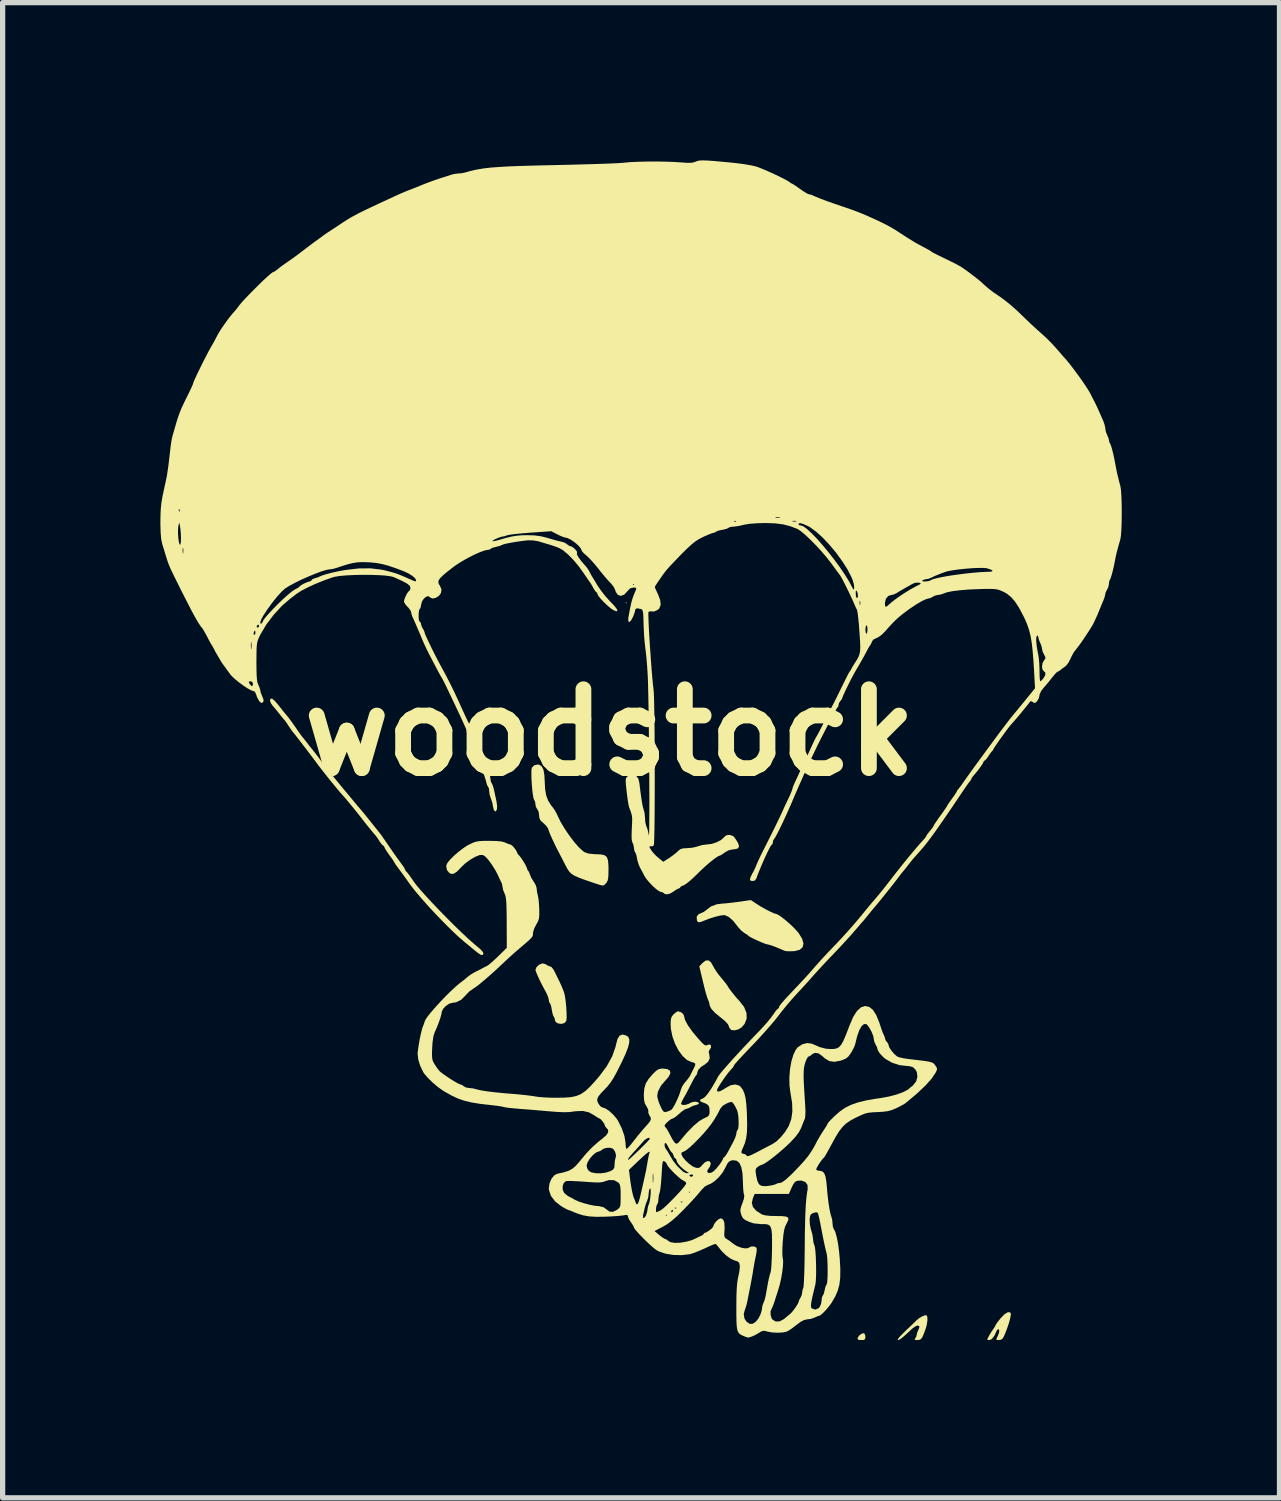
<source format=kicad_pcb>
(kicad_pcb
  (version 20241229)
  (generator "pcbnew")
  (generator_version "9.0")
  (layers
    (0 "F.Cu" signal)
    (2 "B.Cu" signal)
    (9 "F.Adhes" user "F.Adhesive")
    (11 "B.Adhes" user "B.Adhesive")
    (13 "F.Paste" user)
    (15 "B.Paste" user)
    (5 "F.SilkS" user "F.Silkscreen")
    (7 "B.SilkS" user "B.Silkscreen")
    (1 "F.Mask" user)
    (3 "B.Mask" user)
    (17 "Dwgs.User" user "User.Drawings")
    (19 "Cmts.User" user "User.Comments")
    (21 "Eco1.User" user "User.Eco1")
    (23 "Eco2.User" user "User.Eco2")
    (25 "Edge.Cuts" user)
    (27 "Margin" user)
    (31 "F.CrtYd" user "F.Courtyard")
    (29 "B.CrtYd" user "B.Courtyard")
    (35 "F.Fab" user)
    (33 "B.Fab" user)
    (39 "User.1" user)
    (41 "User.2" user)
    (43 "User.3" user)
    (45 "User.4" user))
  (footprint "woodstock"
    (layer "F.Cu")
    (at 8.544 10.878)
    (property "Reference" "woodstock" (at 0 0 0) (layer "F.SilkS") (effects (font (size 1.5 1.5) (thickness 0.3))))
    (attr board_only exclude_from_pos_files exclude_from_bom)
    (fp_poly (pts (xy 0.324 -2.466) (xy 0.313 -2.454) (xy 0.301 -2.466) (xy 0.313 -2.477)) (stroke (width 0) (type solid)) (fill yes) (layer "F.SilkS"))
    (fp_poly (pts (xy 4.84 11.427) (xy 4.857 11.459) (xy 4.862 11.497) (xy 4.856 11.536) (xy 4.827 11.552) (xy 4.783 11.554) (xy 4.731 11.549) (xy 4.713 11.532) (xy 4.716 11.512) (xy 4.742 11.469) (xy 4.785 11.435) (xy 4.827 11.423)) (stroke (width 0) (type solid)) (fill yes) (layer "F.SilkS"))
    (fp_poly (pts (xy 7.617 11.029) (xy 7.622 11.034) (xy 7.628 11.068) (xy 7.616 11.137) (xy 7.59 11.233) (xy 7.551 11.348) (xy 7.504 11.466) (xy 7.472 11.525) (xy 7.436 11.549) (xy 7.403 11.553) (xy 7.36 11.551) (xy 7.351 11.536) (xy 7.37 11.494) (xy 7.374 11.486) (xy 7.402 11.418) (xy 7.408 11.368) (xy 7.392 11.346) (xy 7.389 11.345) (xy 7.365 11.364) (xy 7.354 11.386) (xy 7.312 11.475) (xy 7.266 11.534) (xy 7.223 11.554) (xy 7.186 11.55) (xy 7.178 11.545) (xy 7.19 11.514) (xy 7.22 11.459) (xy 7.26 11.394) (xy 7.288 11.353) (xy 7.321 11.303) (xy 7.339 11.269) (xy 7.34 11.265) (xy 7.354 11.241) (xy 7.39 11.192) (xy 7.436 11.135) (xy 7.511 11.059) (xy 7.572 11.023)) (stroke (width 0) (type solid)) (fill yes) (layer "F.SilkS"))
    (fp_poly (pts (xy 6.04 11.116) (xy 6.041 11.181) (xy 6.029 11.264) (xy 6.006 11.345) (xy 5.97 11.442) (xy 5.942 11.504) (xy 5.915 11.537) (xy 5.884 11.551) (xy 5.849 11.554) (xy 5.804 11.55) (xy 5.799 11.536) (xy 5.807 11.526) (xy 5.832 11.481) (xy 5.835 11.462) (xy 5.845 11.417) (xy 5.867 11.364) (xy 5.886 11.317) (xy 5.887 11.289) (xy 5.887 11.289) (xy 5.857 11.277) (xy 5.815 11.291) (xy 5.754 11.335) (xy 5.67 11.412) (xy 5.667 11.415) (xy 5.598 11.478) (xy 5.539 11.526) (xy 5.498 11.552) (xy 5.49 11.554) (xy 5.476 11.544) (xy 5.497 11.511) (xy 5.512 11.493) (xy 5.56 11.444) (xy 5.625 11.379) (xy 5.682 11.325) (xy 5.747 11.264) (xy 5.802 11.21) (xy 5.833 11.179) (xy 5.881 11.139) (xy 5.94 11.104) (xy 5.993 11.083) (xy 6.024 11.082)) (stroke (width 0) (type solid)) (fill yes) (layer "F.SilkS"))
    (fp_poly (pts (xy 1.928 4.374) (xy 1.958 4.428) (xy 1.995 4.495) (xy 2.051 4.579) (xy 2.116 4.661) (xy 2.12 4.666) (xy 2.177 4.734) (xy 2.222 4.792) (xy 2.246 4.827) (xy 2.248 4.831) (xy 2.268 4.864) (xy 2.31 4.92) (xy 2.363 4.987) (xy 2.418 5.054) (xy 2.466 5.106) (xy 2.555 5.22) (xy 2.601 5.334) (xy 2.604 5.443) (xy 2.564 5.543) (xy 2.507 5.609) (xy 2.446 5.646) (xy 2.377 5.664) (xy 2.319 5.659) (xy 2.298 5.646) (xy 2.272 5.609) (xy 2.268 5.593) (xy 2.248 5.548) (xy 2.193 5.488) (xy 2.108 5.418) (xy 2.095 5.408) (xy 2.001 5.331) (xy 1.934 5.258) (xy 1.902 5.196) (xy 1.899 5.18) (xy 1.888 5.125) (xy 1.877 5.099) (xy 1.854 5.043) (xy 1.824 4.943) (xy 1.788 4.802) (xy 1.746 4.626) (xy 1.704 4.447) (xy 1.759 4.388) (xy 1.823 4.338) (xy 1.879 4.333)) (stroke (width 0) (type solid)) (fill yes) (layer "F.SilkS"))
    (fp_poly (pts (xy -1.261 4.394) (xy -1.212 4.41) (xy -1.191 4.425) (xy -1.159 4.443) (xy -1.138 4.446) (xy -1.103 4.465) (xy -1.067 4.512) (xy -1.062 4.521) (xy -1.03 4.584) (xy -0.99 4.667) (xy -0.962 4.723) (xy -0.921 4.811) (xy -0.885 4.898) (xy -0.868 4.943) (xy -0.852 5.012) (xy -0.838 5.107) (xy -0.827 5.216) (xy -0.821 5.323) (xy -0.819 5.414) (xy -0.824 5.476) (xy -0.825 5.482) (xy -0.858 5.524) (xy -0.917 5.542) (xy -0.99 5.531) (xy -0.992 5.531) (xy -1.032 5.498) (xy -1.042 5.466) (xy -1.051 5.423) (xy -1.063 5.408) (xy -1.078 5.379) (xy -1.093 5.32) (xy -1.1 5.279) (xy -1.113 5.21) (xy -1.128 5.162) (xy -1.137 5.15) (xy -1.154 5.119) (xy -1.158 5.09) (xy -1.17 5.033) (xy -1.207 4.949) (xy -1.254 4.862) (xy -1.291 4.792) (xy -1.332 4.71) (xy -1.369 4.629) (xy -1.398 4.561) (xy -1.412 4.519) (xy -1.412 4.514) (xy -1.392 4.462) (xy -1.344 4.417) (xy -1.286 4.393)) (stroke (width 0) (type solid)) (fill yes) (layer "F.SilkS"))
    (fp_poly (pts (xy 2.783 3.253) (xy 2.871 3.309) (xy 2.964 3.361) (xy 3.051 3.406) (xy 3.12 3.438) (xy 3.162 3.45) (xy 3.163 3.45) (xy 3.201 3.465) (xy 3.263 3.507) (xy 3.339 3.567) (xy 3.421 3.637) (xy 3.499 3.711) (xy 3.564 3.781) (xy 3.595 3.818) (xy 3.66 3.925) (xy 3.684 4.015) (xy 3.668 4.084) (xy 3.612 4.133) (xy 3.517 4.157) (xy 3.494 4.159) (xy 3.417 4.161) (xy 3.356 4.158) (xy 3.334 4.154) (xy 3.284 4.134) (xy 3.253 4.121) (xy 3.147 4.076) (xy 3.061 4.045) (xy 3.004 4.03) (xy 2.995 4.029) (xy 2.959 4.019) (xy 2.897 3.995) (xy 2.82 3.962) (xy 2.744 3.927) (xy 2.681 3.895) (xy 2.643 3.872) (xy 2.64 3.868) (xy 2.613 3.846) (xy 2.564 3.815) (xy 2.557 3.811) (xy 2.497 3.763) (xy 2.44 3.7) (xy 2.433 3.69) (xy 2.347 3.581) (xy 2.264 3.508) (xy 2.19 3.475) (xy 2.171 3.473) (xy 2.1 3.482) (xy 2.004 3.505) (xy 1.898 3.538) (xy 1.798 3.577) (xy 1.791 3.58) (xy 1.723 3.606) (xy 1.683 3.607) (xy 1.662 3.583) (xy 1.657 3.569) (xy 1.654 3.501) (xy 1.692 3.454) (xy 1.727 3.44) (xy 1.789 3.412) (xy 1.824 3.386) (xy 1.924 3.309) (xy 2.038 3.267) (xy 2.124 3.256) (xy 2.21 3.249) (xy 2.322 3.237) (xy 2.439 3.222) (xy 2.47 3.218) (xy 2.683 3.187)) (stroke (width 0) (type solid)) (fill yes) (layer "F.SilkS"))
    (fp_poly (pts (xy -1.334 0.616) (xy -1.29 0.648) (xy -1.26 0.71) (xy -1.243 0.807) (xy -1.237 0.915) (xy -1.229 1.071) (xy -1.209 1.194) (xy -1.172 1.294) (xy -1.116 1.384) (xy -1.08 1.428) (xy -1.043 1.482) (xy -1.003 1.556) (xy -0.987 1.592) (xy -0.93 1.708) (xy -0.854 1.834) (xy -0.768 1.961) (xy -0.678 2.079) (xy -0.591 2.18) (xy -0.513 2.253) (xy -0.479 2.277) (xy -0.398 2.304) (xy -0.284 2.315) (xy -0.27 2.315) (xy -0.167 2.319) (xy -0.097 2.335) (xy -0.054 2.371) (xy -0.032 2.434) (xy -0.024 2.532) (xy -0.023 2.602) (xy -0.025 2.707) (xy -0.03 2.777) (xy -0.042 2.823) (xy -0.061 2.856) (xy -0.07 2.867) (xy -0.093 2.891) (xy -0.112 2.906) (xy -0.137 2.91) (xy -0.177 2.902) (xy -0.241 2.882) (xy -0.339 2.849) (xy -0.359 2.842) (xy -0.499 2.794) (xy -0.604 2.754) (xy -0.679 2.719) (xy -0.733 2.683) (xy -0.773 2.641) (xy -0.808 2.588) (xy -0.84 2.528) (xy -0.905 2.401) (xy -0.954 2.306) (xy -0.992 2.234) (xy -0.999 2.223) (xy -1.02 2.18) (xy -1.053 2.11) (xy -1.092 2.028) (xy -1.129 1.946) (xy -1.134 1.933) (xy -1.158 1.871) (xy -1.169 1.835) (xy -1.197 1.788) (xy -1.247 1.736) (xy -1.263 1.722) (xy -1.317 1.673) (xy -1.339 1.624) (xy -1.343 1.575) (xy -1.352 1.508) (xy -1.375 1.462) (xy -1.378 1.459) (xy -1.404 1.415) (xy -1.412 1.368) (xy -1.421 1.312) (xy -1.437 1.281) (xy -1.45 1.247) (xy -1.462 1.179) (xy -1.473 1.086) (xy -1.482 0.981) (xy -1.488 0.876) (xy -1.49 0.781) (xy -1.488 0.708) (xy -1.481 0.669) (xy -1.433 0.623) (xy -1.367 0.609)) (stroke (width 0) (type solid)) (fill yes) (layer "F.SilkS"))
    (fp_poly (pts (xy -6.418 -0.641) (xy -6.366 -0.598) (xy -6.295 -0.514) (xy -6.273 -0.486) (xy -6.218 -0.416) (xy -6.165 -0.351) (xy -6.142 -0.324) (xy -6.104 -0.278) (xy -6.051 -0.206) (xy -5.992 -0.123) (xy -5.979 -0.104) (xy -5.926 -0.027) (xy -5.881 0.037) (xy -5.851 0.077) (xy -5.846 0.083) (xy -5.818 0.116) (xy -5.777 0.169) (xy -5.765 0.184) (xy -5.71 0.256) (xy -5.652 0.327) (xy -5.648 0.333) (xy -5.603 0.389) (xy -5.544 0.466) (xy -5.487 0.543) (xy -5.432 0.618) (xy -5.381 0.684) (xy -5.347 0.727) (xy -5.346 0.728) (xy -5.308 0.774) (xy -5.256 0.838) (xy -5.229 0.872) (xy -5.175 0.938) (xy -5.106 1.022) (xy -5.035 1.108) (xy -5.028 1.115) (xy -4.966 1.19) (xy -4.911 1.256) (xy -4.873 1.302) (xy -4.868 1.308) (xy -4.83 1.354) (xy -4.779 1.415) (xy -4.76 1.436) (xy -4.702 1.505) (xy -4.636 1.585) (xy -4.608 1.62) (xy -4.544 1.7) (xy -4.477 1.784) (xy -4.451 1.816) (xy -4.405 1.874) (xy -4.369 1.919) (xy -4.357 1.933) (xy -4.338 1.961) (xy -4.298 2.018) (xy -4.243 2.097) (xy -4.181 2.188) (xy -4.112 2.288) (xy -4.045 2.382) (xy -3.989 2.459) (xy -3.956 2.504) (xy -3.916 2.559) (xy -3.893 2.601) (xy -3.89 2.612) (xy -3.874 2.641) (xy -3.87 2.643) (xy -3.849 2.665) (xy -3.809 2.716) (xy -3.758 2.789) (xy -3.726 2.836) (xy -3.672 2.908) (xy -3.589 3.006) (xy -3.484 3.123) (xy -3.362 3.254) (xy -3.23 3.393) (xy -3.091 3.534) (xy -2.953 3.672) (xy -2.821 3.8) (xy -2.701 3.913) (xy -2.598 4.005) (xy -2.543 4.051) (xy -2.462 4.119) (xy -2.414 4.172) (xy -2.4 4.204) (xy -2.401 4.205) (xy -2.419 4.232) (xy -2.448 4.23) (xy -2.498 4.198) (xy -2.515 4.186) (xy -2.567 4.144) (xy -2.605 4.113) (xy -2.608 4.11) (xy -2.638 4.085) (xy -2.693 4.039) (xy -2.761 3.985) (xy -2.763 3.982) (xy -2.871 3.889) (xy -3 3.768) (xy -3.142 3.627) (xy -3.289 3.475) (xy -3.435 3.319) (xy -3.57 3.167) (xy -3.688 3.029) (xy -3.78 2.912) (xy -3.794 2.893) (xy -3.867 2.79) (xy -3.935 2.696) (xy -3.992 2.619) (xy -4.03 2.568) (xy -4.035 2.561) (xy -4.072 2.51) (xy -4.095 2.472) (xy -4.096 2.469) (xy -4.114 2.438) (xy -4.152 2.383) (xy -4.195 2.325) (xy -4.241 2.259) (xy -4.273 2.207) (xy -4.284 2.18) (xy -4.298 2.155) (xy -4.305 2.153) (xy -4.329 2.135) (xy -4.364 2.09) (xy -4.379 2.066) (xy -4.417 2.007) (xy -4.449 1.963) (xy -4.456 1.955) (xy -4.488 1.919) (xy -4.538 1.858) (xy -4.6 1.782) (xy -4.664 1.702) (xy -4.698 1.658) (xy -4.783 1.549) (xy -4.87 1.441) (xy -4.952 1.341) (xy -5.023 1.256) (xy -5.075 1.197) (xy -5.09 1.181) (xy -5.125 1.141) (xy -5.182 1.073) (xy -5.253 0.987) (xy -5.331 0.892) (xy -5.407 0.796) (xy -5.476 0.708) (xy -5.524 0.646) (xy -5.616 0.522) (xy -5.709 0.399) (xy -5.798 0.282) (xy -5.878 0.178) (xy -5.944 0.093) (xy -5.991 0.032) (xy -6.016 0.002) (xy -6.016 0.002) (xy -6.047 -0.037) (xy -6.088 -0.097) (xy -6.107 -0.125) (xy -6.144 -0.183) (xy -6.173 -0.223) (xy -6.18 -0.232) (xy -6.202 -0.255) (xy -6.241 -0.303) (xy -6.275 -0.346) (xy -6.331 -0.416) (xy -6.384 -0.48) (xy -6.408 -0.506) (xy -6.444 -0.558) (xy -6.46 -0.605) (xy -6.46 -0.605) (xy -6.449 -0.644)) (stroke (width 0) (type solid)) (fill yes) (layer "F.SilkS"))
    (fp_poly (pts (xy 1.865 -10.875) (xy 1.986 -10.866) (xy 2.03 -10.862) (xy 2.242 -10.843) (xy 2.416 -10.825) (xy 2.558 -10.806) (xy 2.676 -10.786) (xy 2.767 -10.766) (xy 2.824 -10.748) (xy 2.907 -10.715) (xy 3.005 -10.673) (xy 3.11 -10.626) (xy 3.213 -10.577) (xy 3.304 -10.532) (xy 3.375 -10.494) (xy 3.416 -10.468) (xy 3.423 -10.461) (xy 3.449 -10.443) (xy 3.452 -10.442) (xy 3.479 -10.43) (xy 3.533 -10.396) (xy 3.602 -10.347) (xy 3.615 -10.338) (xy 3.687 -10.288) (xy 3.748 -10.251) (xy 3.786 -10.234) (xy 3.789 -10.234) (xy 3.836 -10.223) (xy 3.861 -10.212) (xy 3.917 -10.187) (xy 4.009 -10.15) (xy 4.131 -10.104) (xy 4.276 -10.053) (xy 4.435 -9.998) (xy 4.446 -9.995) (xy 4.58 -9.949) (xy 4.692 -9.908) (xy 4.798 -9.866) (xy 4.917 -9.815) (xy 5.013 -9.772) (xy 5.171 -9.698) (xy 5.303 -9.631) (xy 5.425 -9.56) (xy 5.545 -9.482) (xy 5.686 -9.391) (xy 5.807 -9.317) (xy 5.928 -9.25) (xy 6.008 -9.208) (xy 6.067 -9.176) (xy 6.106 -9.152) (xy 6.113 -9.146) (xy 6.137 -9.13) (xy 6.194 -9.1) (xy 6.274 -9.06) (xy 6.333 -9.032) (xy 6.425 -8.987) (xy 6.504 -8.948) (xy 6.559 -8.921) (xy 6.576 -8.912) (xy 6.628 -8.884) (xy 6.645 -8.875) (xy 6.686 -8.851) (xy 6.753 -8.805) (xy 6.834 -8.746) (xy 6.919 -8.682) (xy 6.998 -8.62) (xy 7.06 -8.569) (xy 7.079 -8.551) (xy 7.149 -8.487) (xy 7.215 -8.431) (xy 7.291 -8.374) (xy 7.39 -8.306) (xy 7.432 -8.278) (xy 7.518 -8.214) (xy 7.623 -8.129) (xy 7.732 -8.033) (xy 7.828 -7.942) (xy 7.927 -7.846) (xy 8.03 -7.748) (xy 8.126 -7.66) (xy 8.199 -7.596) (xy 8.292 -7.511) (xy 8.391 -7.413) (xy 8.474 -7.323) (xy 8.546 -7.241) (xy 8.616 -7.16) (xy 8.672 -7.097) (xy 8.678 -7.09) (xy 8.744 -7.011) (xy 8.821 -6.91) (xy 8.904 -6.799) (xy 8.985 -6.685) (xy 9.056 -6.58) (xy 9.112 -6.492) (xy 9.143 -6.437) (xy 9.177 -6.368) (xy 9.205 -6.314) (xy 9.214 -6.298) (xy 9.236 -6.254) (xy 9.274 -6.174) (xy 9.322 -6.066) (xy 9.379 -5.938) (xy 9.386 -5.921) (xy 9.41 -5.851) (xy 9.423 -5.789) (xy 9.424 -5.779) (xy 9.434 -5.719) (xy 9.458 -5.658) (xy 9.483 -5.6) (xy 9.493 -5.555) (xy 9.503 -5.512) (xy 9.511 -5.501) (xy 9.527 -5.467) (xy 9.549 -5.399) (xy 9.572 -5.307) (xy 9.595 -5.204) (xy 9.609 -5.129) (xy 9.643 -4.953) (xy 9.685 -4.777) (xy 9.709 -4.689) (xy 9.72 -4.627) (xy 9.728 -4.529) (xy 9.733 -4.405) (xy 9.736 -4.265) (xy 9.736 -4.119) (xy 9.734 -3.977) (xy 9.729 -3.85) (xy 9.721 -3.747) (xy 9.711 -3.678) (xy 9.709 -3.67) (xy 9.668 -3.527) (xy 9.639 -3.417) (xy 9.619 -3.328) (xy 9.607 -3.265) (xy 9.587 -3.164) (xy 9.564 -3.066) (xy 9.541 -2.982) (xy 9.521 -2.923) (xy 9.511 -2.904) (xy 9.497 -2.87) (xy 9.493 -2.825) (xy 9.48 -2.76) (xy 9.459 -2.719) (xy 9.432 -2.668) (xy 9.424 -2.635) (xy 9.415 -2.589) (xy 9.393 -2.524) (xy 9.386 -2.507) (xy 9.355 -2.435) (xy 9.329 -2.37) (xy 9.325 -2.362) (xy 9.277 -2.243) (xy 9.223 -2.125) (xy 9.198 -2.072) (xy 9.161 -2.008) (xy 9.107 -1.922) (xy 9.043 -1.825) (xy 8.978 -1.728) (xy 8.918 -1.645) (xy 8.872 -1.586) (xy 8.862 -1.574) (xy 8.821 -1.518) (xy 8.779 -1.441) (xy 8.763 -1.404) (xy 8.725 -1.331) (xy 8.681 -1.272) (xy 8.66 -1.254) (xy 8.606 -1.216) (xy 8.571 -1.187) (xy 8.535 -1.162) (xy 8.52 -1.158) (xy 8.496 -1.141) (xy 8.455 -1.096) (xy 8.416 -1.048) (xy 8.353 -0.968) (xy 8.285 -0.888) (xy 8.253 -0.852) (xy 8.204 -0.788) (xy 8.176 -0.729) (xy 8.173 -0.71) (xy 8.159 -0.65) (xy 8.13 -0.6) (xy 8.095 -0.564) (xy 8.068 -0.563) (xy 8.047 -0.578) (xy 8.008 -0.597) (xy 7.992 -0.586) (xy 7.965 -0.548) (xy 7.915 -0.486) (xy 7.852 -0.409) (xy 7.785 -0.327) (xy 7.721 -0.252) (xy 7.669 -0.192) (xy 7.641 -0.162) (xy 7.614 -0.13) (xy 7.569 -0.073) (xy 7.514 0.002) (xy 7.454 0.085) (xy 7.395 0.167) (xy 7.345 0.24) (xy 7.309 0.294) (xy 7.294 0.321) (xy 7.294 0.322) (xy 7.278 0.35) (xy 7.275 0.351) (xy 7.253 0.374) (xy 7.218 0.423) (xy 7.204 0.446) (xy 7.167 0.499) (xy 7.137 0.529) (xy 7.13 0.533) (xy 7.109 0.551) (xy 7.108 0.558) (xy 7.094 0.59) (xy 7.057 0.646) (xy 7.005 0.716) (xy 6.946 0.788) (xy 6.917 0.821) (xy 6.887 0.86) (xy 6.877 0.883) (xy 6.863 0.912) (xy 6.847 0.93) (xy 6.823 0.961) (xy 6.78 1.021) (xy 6.724 1.103) (xy 6.664 1.192) (xy 6.525 1.399) (xy 6.395 1.59) (xy 6.276 1.761) (xy 6.174 1.907) (xy 6.091 2.02) (xy 6.069 2.049) (xy 6.008 2.128) (xy 5.948 2.201) (xy 5.879 2.28) (xy 5.79 2.379) (xy 5.777 2.394) (xy 5.75 2.426) (xy 5.707 2.48) (xy 5.673 2.524) (xy 5.627 2.583) (xy 5.592 2.625) (xy 5.58 2.64) (xy 5.559 2.664) (xy 5.522 2.712) (xy 5.498 2.744) (xy 5.457 2.799) (xy 5.397 2.876) (xy 5.326 2.966) (xy 5.25 3.061) (xy 5.177 3.152) (xy 5.113 3.231) (xy 5.065 3.289) (xy 5.043 3.314) (xy 5.013 3.349) (xy 4.966 3.406) (xy 4.921 3.462) (xy 4.871 3.523) (xy 4.833 3.57) (xy 4.817 3.589) (xy 4.797 3.61) (xy 4.755 3.659) (xy 4.697 3.727) (xy 4.656 3.774) (xy 4.586 3.855) (xy 4.493 3.957) (xy 4.389 4.07) (xy 4.284 4.181) (xy 4.252 4.215) (xy 4.15 4.321) (xy 4.046 4.432) (xy 3.951 4.535) (xy 3.875 4.619) (xy 3.855 4.642) (xy 3.775 4.733) (xy 3.678 4.839) (xy 3.582 4.943) (xy 3.545 4.983) (xy 3.457 5.081) (xy 3.356 5.199) (xy 3.259 5.319) (xy 3.206 5.389) (xy 3.135 5.479) (xy 3.039 5.591) (xy 2.929 5.716) (xy 2.811 5.845) (xy 2.699 5.962) (xy 2.599 6.067) (xy 2.51 6.161) (xy 2.438 6.24) (xy 2.387 6.298) (xy 2.363 6.33) (xy 2.362 6.334) (xy 2.346 6.366) (xy 2.308 6.409) (xy 2.305 6.413) (xy 2.265 6.457) (xy 2.214 6.523) (xy 2.159 6.6) (xy 2.107 6.678) (xy 2.065 6.746) (xy 2.041 6.793) (xy 2.038 6.805) (xy 2.054 6.829) (xy 2.098 6.822) (xy 2.166 6.786) (xy 2.203 6.761) (xy 2.301 6.708) (xy 2.39 6.693) (xy 2.464 6.716) (xy 2.49 6.739) (xy 2.53 6.793) (xy 2.56 6.86) (xy 2.582 6.948) (xy 2.597 7.064) (xy 2.607 7.215) (xy 2.61 7.299) (xy 2.613 7.469) (xy 2.609 7.604) (xy 2.595 7.713) (xy 2.571 7.807) (xy 2.534 7.897) (xy 2.521 7.924) (xy 2.502 7.98) (xy 2.517 8.007) (xy 2.544 8.011) (xy 2.587 8.027) (xy 2.601 8.045) (xy 2.616 8.057) (xy 2.648 8.052) (xy 2.706 8.028) (xy 2.795 7.983) (xy 2.83 7.965) (xy 2.924 7.915) (xy 3.007 7.872) (xy 3.068 7.84) (xy 3.091 7.829) (xy 3.169 7.777) (xy 3.253 7.696) (xy 3.334 7.597) (xy 3.398 7.494) (xy 3.403 7.485) (xy 3.452 7.354) (xy 3.473 7.21) (xy 3.468 7.044) (xy 3.437 6.855) (xy 3.418 6.712) (xy 3.416 6.558) (xy 3.428 6.403) (xy 3.454 6.257) (xy 3.492 6.129) (xy 3.54 6.03) (xy 3.577 5.985) (xy 3.665 5.928) (xy 3.761 5.905) (xy 3.85 5.92) (xy 3.861 5.925) (xy 3.993 5.983) (xy 4.108 6.013) (xy 4.199 6.02) (xy 4.265 6.018) (xy 4.317 6.007) (xy 4.361 5.983) (xy 4.4 5.939) (xy 4.44 5.87) (xy 4.483 5.771) (xy 4.536 5.636) (xy 4.561 5.569) (xy 4.63 5.409) (xy 4.702 5.296) (xy 4.777 5.227) (xy 4.856 5.202) (xy 4.862 5.202) (xy 4.937 5.22) (xy 5.004 5.274) (xy 5.065 5.369) (xy 5.122 5.505) (xy 5.151 5.592) (xy 5.176 5.668) (xy 5.199 5.727) (xy 5.213 5.753) (xy 5.231 5.794) (xy 5.233 5.813) (xy 5.249 5.86) (xy 5.268 5.881) (xy 5.297 5.922) (xy 5.302 5.945) (xy 5.318 5.992) (xy 5.358 6.052) (xy 5.409 6.113) (xy 5.461 6.157) (xy 5.471 6.164) (xy 5.52 6.181) (xy 5.597 6.197) (xy 5.684 6.21) (xy 5.84 6.228) (xy 5.955 6.242) (xy 6.039 6.254) (xy 6.096 6.266) (xy 6.133 6.278) (xy 6.158 6.293) (xy 6.176 6.312) (xy 6.184 6.322) (xy 6.217 6.37) (xy 6.225 6.405) (xy 6.207 6.449) (xy 6.197 6.469) (xy 6.124 6.579) (xy 6.009 6.709) (xy 5.852 6.858) (xy 5.653 7.026) (xy 5.624 7.049) (xy 5.585 7.074) (xy 5.519 7.11) (xy 5.451 7.144) (xy 5.367 7.179) (xy 5.287 7.201) (xy 5.19 7.213) (xy 5.105 7.218) (xy 4.999 7.223) (xy 4.922 7.231) (xy 4.858 7.246) (xy 4.791 7.272) (xy 4.704 7.313) (xy 4.669 7.33) (xy 4.574 7.381) (xy 4.495 7.435) (xy 4.427 7.501) (xy 4.361 7.586) (xy 4.292 7.697) (xy 4.213 7.842) (xy 4.203 7.861) (xy 4.155 7.949) (xy 4.114 8.022) (xy 4.086 8.068) (xy 4.076 8.081) (xy 4.046 8.112) (xy 4.007 8.164) (xy 3.968 8.223) (xy 3.938 8.277) (xy 3.926 8.311) (xy 3.926 8.315) (xy 3.957 8.331) (xy 3.993 8.335) (xy 4.043 8.346) (xy 4.079 8.382) (xy 4.104 8.448) (xy 4.12 8.552) (xy 4.126 8.611) (xy 4.142 8.792) (xy 4.161 8.95) (xy 4.182 9.079) (xy 4.202 9.171) (xy 4.212 9.199) (xy 4.231 9.272) (xy 4.237 9.34) (xy 4.243 9.398) (xy 4.257 9.436) (xy 4.257 9.436) (xy 4.288 9.493) (xy 4.316 9.591) (xy 4.342 9.723) (xy 4.363 9.883) (xy 4.374 10.008) (xy 4.385 10.202) (xy 4.383 10.361) (xy 4.368 10.495) (xy 4.336 10.614) (xy 4.287 10.727) (xy 4.219 10.844) (xy 4.216 10.848) (xy 4.167 10.916) (xy 4.109 10.984) (xy 4.053 11.042) (xy 4.007 11.081) (xy 3.985 11.091) (xy 3.952 11.101) (xy 3.9 11.124) (xy 3.898 11.125) (xy 3.825 11.151) (xy 3.756 11.16) (xy 3.697 11.172) (xy 3.627 11.209) (xy 3.551 11.266) (xy 3.478 11.322) (xy 3.411 11.368) (xy 3.365 11.393) (xy 3.364 11.394) (xy 3.29 11.409) (xy 3.191 11.414) (xy 3.088 11.409) (xy 3.002 11.393) (xy 2.99 11.389) (xy 2.929 11.376) (xy 2.879 11.391) (xy 2.853 11.407) (xy 2.779 11.451) (xy 2.705 11.486) (xy 2.647 11.504) (xy 2.631 11.506) (xy 2.592 11.495) (xy 2.545 11.477) (xy 2.499 11.455) (xy 2.465 11.432) (xy 2.441 11.401) (xy 2.425 11.355) (xy 2.415 11.289) (xy 2.41 11.195) (xy 2.408 11.067) (xy 2.408 10.932) (xy 2.409 10.747) (xy 2.414 10.601) (xy 2.422 10.488) (xy 2.434 10.4) (xy 2.444 10.351) (xy 2.463 10.263) (xy 2.473 10.181) (xy 2.473 10.136) (xy 2.462 10.086) (xy 2.433 10.058) (xy 2.376 10.041) (xy 2.302 10.008) (xy 2.216 9.946) (xy 2.132 9.866) (xy 2.063 9.779) (xy 2.061 9.777) (xy 2.03 9.738) (xy 2.008 9.725) (xy 1.98 9.734) (xy 1.92 9.759) (xy 1.84 9.795) (xy 1.799 9.814) (xy 1.701 9.857) (xy 1.607 9.894) (xy 1.534 9.918) (xy 1.517 9.922) (xy 1.366 9.939) (xy 1.209 9.935) (xy 1.061 9.911) (xy 0.935 9.868) (xy 0.891 9.845) (xy 0.842 9.808) (xy 0.776 9.751) (xy 0.701 9.681) (xy 0.625 9.605) (xy 0.555 9.533) (xy 0.509 9.481) (xy 0.852 9.481) (xy 0.941 9.556) (xy 0.998 9.6) (xy 1.042 9.627) (xy 1.056 9.632) (xy 1.092 9.648) (xy 1.111 9.667) (xy 1.161 9.694) (xy 1.242 9.706) (xy 1.343 9.702) (xy 1.453 9.684) (xy 1.561 9.654) (xy 1.655 9.612) (xy 1.667 9.605) (xy 1.721 9.579) (xy 1.742 9.571) (xy 1.777 9.55) (xy 1.783 9.537) (xy 1.801 9.517) (xy 1.807 9.516) (xy 1.842 9.503) (xy 1.891 9.471) (xy 1.938 9.433) (xy 1.966 9.401) (xy 1.968 9.394) (xy 1.984 9.35) (xy 2.023 9.298) (xy 2.07 9.256) (xy 2.109 9.238) (xy 2.155 9.259) (xy 2.18 9.322) (xy 2.185 9.426) (xy 2.182 9.474) (xy 2.178 9.549) (xy 2.183 9.593) (xy 2.202 9.618) (xy 2.226 9.633) (xy 2.28 9.668) (xy 2.342 9.716) (xy 2.353 9.725) (xy 2.416 9.765) (xy 2.494 9.795) (xy 2.569 9.81) (xy 2.628 9.806) (xy 2.648 9.795) (xy 2.692 9.774) (xy 2.746 9.774) (xy 2.786 9.794) (xy 2.793 9.805) (xy 2.795 9.845) (xy 2.787 9.913) (xy 2.777 9.961) (xy 2.756 10.061) (xy 2.737 10.171) (xy 2.73 10.211) (xy 2.716 10.301) (xy 2.696 10.411) (xy 2.677 10.512) (xy 2.656 10.617) (xy 2.635 10.724) (xy 2.619 10.806) (xy 2.601 10.884) (xy 2.581 10.949) (xy 2.572 10.972) (xy 2.548 11.059) (xy 2.563 11.146) (xy 2.597 11.199) (xy 2.657 11.244) (xy 2.716 11.245) (xy 2.77 11.212) (xy 2.824 11.149) (xy 2.868 11.064) (xy 2.893 10.981) (xy 2.894 10.958) (xy 2.906 10.892) (xy 2.922 10.852) (xy 2.944 10.796) (xy 2.963 10.722) (xy 2.966 10.709) (xy 2.979 10.635) (xy 2.996 10.539) (xy 3.009 10.466) (xy 3.027 10.38) (xy 3.045 10.308) (xy 3.058 10.269) (xy 3.066 10.231) (xy 3.073 10.156) (xy 3.079 10.051) (xy 3.084 9.927) (xy 3.086 9.828) (xy 3.087 9.666) (xy 3.085 9.545) (xy 3.076 9.458) (xy 3.059 9.401) (xy 3.031 9.368) (xy 2.99 9.352) (xy 2.933 9.348) (xy 2.886 9.35) (xy 2.735 9.334) (xy 2.649 9.305) (xy 2.575 9.27) (xy 2.532 9.234) (xy 2.506 9.184) (xy 2.5 9.167) (xy 2.485 9.111) (xy 2.486 9.062) (xy 2.504 9.001) (xy 2.523 8.952) (xy 2.525 8.945) (xy 2.702 8.945) (xy 2.723 9.023) (xy 2.787 9.096) (xy 2.894 9.165) (xy 2.955 9.182) (xy 3.055 9.193) (xy 3.167 9.195) (xy 3.282 9.197) (xy 3.356 9.206) (xy 3.393 9.227) (xy 3.398 9.262) (xy 3.375 9.317) (xy 3.359 9.346) (xy 3.333 9.4) (xy 3.315 9.47) (xy 3.301 9.566) (xy 3.29 9.687) (xy 3.284 9.797) (xy 3.282 9.893) (xy 3.285 9.964) (xy 3.29 9.995) (xy 3.298 10.053) (xy 3.294 10.145) (xy 3.281 10.258) (xy 3.26 10.382) (xy 3.232 10.505) (xy 3.199 10.616) (xy 3.179 10.678) (xy 3.152 10.761) (xy 3.136 10.813) (xy 3.111 10.886) (xy 3.088 10.942) (xy 3.076 10.962) (xy 3.058 11.011) (xy 3.06 11.077) (xy 3.079 11.141) (xy 3.095 11.164) (xy 3.156 11.201) (xy 3.231 11.198) (xy 3.312 11.155) (xy 3.333 11.138) (xy 3.383 11.095) (xy 3.418 11.067) (xy 3.424 11.063) (xy 3.452 11.037) (xy 3.493 10.988) (xy 3.536 10.928) (xy 3.572 10.873) (xy 3.589 10.836) (xy 3.59 10.833) (xy 3.603 10.791) (xy 3.624 10.756) (xy 3.652 10.697) (xy 3.658 10.656) (xy 3.668 10.594) (xy 3.681 10.56) (xy 3.687 10.526) (xy 3.692 10.452) (xy 3.697 10.344) (xy 3.702 10.206) (xy 3.705 10.045) (xy 3.707 9.866) (xy 3.708 9.826) (xy 3.71 9.555) (xy 3.715 9.325) (xy 3.717 9.258) (xy 3.802 9.258) (xy 3.805 9.345) (xy 3.823 9.439) (xy 3.831 9.465) (xy 3.853 9.544) (xy 3.865 9.617) (xy 3.867 9.638) (xy 3.875 9.705) (xy 3.892 9.751) (xy 3.903 9.795) (xy 3.912 9.874) (xy 3.919 9.978) (xy 3.923 10.097) (xy 3.925 10.218) (xy 3.924 10.332) (xy 3.919 10.428) (xy 3.911 10.496) (xy 3.909 10.504) (xy 3.872 10.655) (xy 3.846 10.768) (xy 3.831 10.848) (xy 3.826 10.901) (xy 3.83 10.934) (xy 3.843 10.952) (xy 3.846 10.954) (xy 3.912 10.974) (xy 3.971 10.948) (xy 3.993 10.924) (xy 4.019 10.863) (xy 4.029 10.798) (xy 4.035 10.742) (xy 4.049 10.711) (xy 4.05 10.71) (xy 4.067 10.681) (xy 4.083 10.624) (xy 4.087 10.605) (xy 4.101 10.543) (xy 4.119 10.504) (xy 4.123 10.499) (xy 4.133 10.471) (xy 4.139 10.408) (xy 4.143 10.32) (xy 4.144 10.219) (xy 4.142 10.115) (xy 4.138 10.019) (xy 4.131 9.942) (xy 4.123 9.9) (xy 4.101 9.813) (xy 4.072 9.682) (xy 4.037 9.506) (xy 4.028 9.458) (xy 4.002 9.323) (xy 3.982 9.228) (xy 3.967 9.167) (xy 3.955 9.135) (xy 3.95 9.129) (xy 3.92 9.125) (xy 3.872 9.136) (xy 3.831 9.158) (xy 3.81 9.195) (xy 3.802 9.258) (xy 3.717 9.258) (xy 3.721 9.134) (xy 3.729 8.976) (xy 3.74 8.848) (xy 3.753 8.745) (xy 3.764 8.688) (xy 3.762 8.607) (xy 3.722 8.55) (xy 3.651 8.522) (xy 3.626 8.521) (xy 3.565 8.526) (xy 3.524 8.546) (xy 3.49 8.592) (xy 3.455 8.665) (xy 3.406 8.775) (xy 3.081 8.775) (xy 2.756 8.775) (xy 2.722 8.857) (xy 2.702 8.945) (xy 2.525 8.945) (xy 2.551 8.869) (xy 2.559 8.811) (xy 2.555 8.794) (xy 2.546 8.758) (xy 2.539 8.689) (xy 2.534 8.598) (xy 2.533 8.555) (xy 2.525 8.391) (xy 2.512 8.316) (xy 2.774 8.316) (xy 2.776 8.366) (xy 2.785 8.427) (xy 2.808 8.529) (xy 2.839 8.592) (xy 2.887 8.622) (xy 2.961 8.628) (xy 3.009 8.623) (xy 3.084 8.611) (xy 3.14 8.597) (xy 3.159 8.588) (xy 3.198 8.571) (xy 3.237 8.567) (xy 3.281 8.551) (xy 3.347 8.503) (xy 3.438 8.42) (xy 3.471 8.388) (xy 3.6 8.255) (xy 3.701 8.144) (xy 3.78 8.046) (xy 3.845 7.95) (xy 3.903 7.849) (xy 3.933 7.79) (xy 3.973 7.718) (xy 4.025 7.631) (xy 4.062 7.574) (xy 4.105 7.508) (xy 4.135 7.458) (xy 4.145 7.435) (xy 4.16 7.413) (xy 4.202 7.368) (xy 4.261 7.309) (xy 4.281 7.29) (xy 4.379 7.204) (xy 4.48 7.135) (xy 4.591 7.08) (xy 4.72 7.035) (xy 4.875 6.997) (xy 5.065 6.964) (xy 5.175 6.948) (xy 5.315 6.922) (xy 5.45 6.886) (xy 5.568 6.844) (xy 5.658 6.799) (xy 5.683 6.781) (xy 5.717 6.752) (xy 5.766 6.712) (xy 5.77 6.708) (xy 5.827 6.635) (xy 5.851 6.547) (xy 5.84 6.459) (xy 5.812 6.408) (xy 5.764 6.363) (xy 5.704 6.346) (xy 5.67 6.344) (xy 5.516 6.327) (xy 5.369 6.28) (xy 5.242 6.207) (xy 5.193 6.165) (xy 5.139 6.106) (xy 5.103 6.054) (xy 5.093 6.026) (xy 5.079 5.976) (xy 5.058 5.94) (xy 5.031 5.881) (xy 5.023 5.836) (xy 5.011 5.772) (xy 4.98 5.694) (xy 4.939 5.618) (xy 4.898 5.562) (xy 4.88 5.547) (xy 4.836 5.544) (xy 4.791 5.583) (xy 4.746 5.661) (xy 4.705 5.776) (xy 4.669 5.922) (xy 4.668 5.927) (xy 4.649 5.98) (xy 4.613 6.05) (xy 4.587 6.094) (xy 4.539 6.161) (xy 4.491 6.201) (xy 4.423 6.23) (xy 4.387 6.241) (xy 4.272 6.263) (xy 4.177 6.249) (xy 4.091 6.198) (xy 4.045 6.156) (xy 3.976 6.105) (xy 3.908 6.091) (xy 3.852 6.115) (xy 3.844 6.124) (xy 3.805 6.154) (xy 3.785 6.159) (xy 3.762 6.179) (xy 3.735 6.232) (xy 3.716 6.283) (xy 3.704 6.329) (xy 3.694 6.377) (xy 3.689 6.434) (xy 3.687 6.506) (xy 3.688 6.598) (xy 3.694 6.718) (xy 3.703 6.871) (xy 3.715 7.062) (xy 3.718 7.106) (xy 3.722 7.207) (xy 3.719 7.291) (xy 3.711 7.345) (xy 3.709 7.349) (xy 3.687 7.399) (xy 3.659 7.471) (xy 3.643 7.513) (xy 3.601 7.596) (xy 3.533 7.688) (xy 3.432 7.797) (xy 3.431 7.797) (xy 3.349 7.876) (xy 3.256 7.958) (xy 3.159 8.039) (xy 3.067 8.111) (xy 2.987 8.169) (xy 2.926 8.207) (xy 2.894 8.22) (xy 2.858 8.233) (xy 2.816 8.259) (xy 2.787 8.285) (xy 2.774 8.316) (xy 2.512 8.316) (xy 2.503 8.269) (xy 2.466 8.187) (xy 2.414 8.143) (xy 2.344 8.134) (xy 2.316 8.138) (xy 2.272 8.157) (xy 2.236 8.199) (xy 2.2 8.273) (xy 2.148 8.366) (xy 2.076 8.456) (xy 1.995 8.532) (xy 1.916 8.584) (xy 1.876 8.598) (xy 1.81 8.633) (xy 1.735 8.71) (xy 1.726 8.722) (xy 1.678 8.78) (xy 1.606 8.861) (xy 1.52 8.955) (xy 1.426 9.052) (xy 1.403 9.076) (xy 1.282 9.196) (xy 1.18 9.285) (xy 1.091 9.352) (xy 1.008 9.4) (xy 0.852 9.481) (xy 0.509 9.481) (xy 0.501 9.472) (xy 0.468 9.429) (xy 0.463 9.415) (xy 0.45 9.384) (xy 0.418 9.334) (xy 0.405 9.317) (xy 0.368 9.26) (xy 0.354 9.224) (xy 0.631 9.224) (xy 0.647 9.236) (xy 0.674 9.21) (xy 0.69 9.181) (xy 1.065 9.181) (xy 1.077 9.192) (xy 1.088 9.181) (xy 1.077 9.169) (xy 1.065 9.181) (xy 0.69 9.181) (xy 0.691 9.179) (xy 0.711 9.118) (xy 0.715 9.093) (xy 0.879 9.093) (xy 0.884 9.121) (xy 0.888 9.123) (xy 0.912 9.113) (xy 0.941 9.1) (xy 1.169 9.1) (xy 1.171 9.121) (xy 1.179 9.123) (xy 1.203 9.106) (xy 1.204 9.1) (xy 1.196 9.077) (xy 1.194 9.076) (xy 1.174 9.093) (xy 1.169 9.1) (xy 0.941 9.1) (xy 0.96 9.091) (xy 0.967 9.087) (xy 1.008 9.058) (xy 1.031 9.038) (xy 1.235 9.038) (xy 1.238 9.052) (xy 1.25 9.053) (xy 1.269 9.045) (xy 1.266 9.038) (xy 1.238 9.035) (xy 1.235 9.038) (xy 1.031 9.038) (xy 1.069 9.004) (xy 1.144 8.932) (xy 1.153 8.922) (xy 1.351 8.922) (xy 1.354 8.936) (xy 1.366 8.937) (xy 1.385 8.929) (xy 1.382 8.922) (xy 1.354 8.919) (xy 1.351 8.922) (xy 1.153 8.922) (xy 1.224 8.85) (xy 1.302 8.767) (xy 1.326 8.741) (xy 1.505 8.741) (xy 1.517 8.752) (xy 1.528 8.741) (xy 1.517 8.729) (xy 1.505 8.741) (xy 1.326 8.741) (xy 1.372 8.69) (xy 1.424 8.626) (xy 1.452 8.584) (xy 1.455 8.578) (xy 1.441 8.545) (xy 1.399 8.52) (xy 1.356 8.494) (xy 1.297 8.445) (xy 1.279 8.428) (xy 1.517 8.428) (xy 1.545 8.45) (xy 1.551 8.451) (xy 1.581 8.434) (xy 1.586 8.428) (xy 1.579 8.41) (xy 1.551 8.405) (xy 1.518 8.414) (xy 1.517 8.428) (xy 1.279 8.428) (xy 1.231 8.384) (xy 1.169 8.32) (xy 1.119 8.262) (xy 1.091 8.22) (xy 1.088 8.21) (xy 1.071 8.179) (xy 1.045 8.158) (xy 1.027 8.149) (xy 1.015 8.154) (xy 1.005 8.18) (xy 0.998 8.232) (xy 0.992 8.319) (xy 0.986 8.422) (xy 0.978 8.537) (xy 0.968 8.638) (xy 0.958 8.713) (xy 0.949 8.754) (xy 0.948 8.755) (xy 0.933 8.806) (xy 0.926 8.873) (xy 0.926 8.877) (xy 0.92 8.935) (xy 0.905 8.97) (xy 0.903 8.972) (xy 0.89 8.998) (xy 0.881 9.045) (xy 0.879 9.093) (xy 0.715 9.093) (xy 0.718 9.074) (xy 0.728 9.014) (xy 0.738 8.988) (xy 0.754 8.942) (xy 0.767 8.877) (xy 0.776 8.804) (xy 0.78 8.737) (xy 0.778 8.688) (xy 0.769 8.669) (xy 0.767 8.67) (xy 0.749 8.701) (xy 0.741 8.758) (xy 0.741 8.767) (xy 0.733 8.838) (xy 0.714 8.897) (xy 0.714 8.898) (xy 0.69 8.957) (xy 0.669 9.028) (xy 0.668 9.03) (xy 0.651 9.106) (xy 0.635 9.175) (xy 0.631 9.224) (xy 0.354 9.224) (xy 0.348 9.212) (xy 0.347 9.203) (xy 0.339 9.178) (xy 0.307 9.174) (xy 0.272 9.181) (xy 0.22 9.188) (xy 0.133 9.196) (xy 0.025 9.203) (xy -0.092 9.208) (xy -0.258 9.21) (xy -0.393 9.202) (xy -0.509 9.181) (xy -0.622 9.145) (xy -0.71 9.109) (xy -0.762 9.087) (xy -0.795 9.077) (xy -0.796 9.076) (xy -0.822 9.065) (xy -0.874 9.036) (xy -0.927 9.004) (xy -1.04 8.915) (xy -1.118 8.811) (xy -1.155 8.7) (xy -1.158 8.661) (xy -1.152 8.626) (xy -0.895 8.626) (xy -0.894 8.694) (xy -0.868 8.752) (xy -0.865 8.756) (xy -0.815 8.8) (xy -0.776 8.825) (xy -0.723 8.851) (xy -0.661 8.887) (xy -0.66 8.887) (xy -0.589 8.92) (xy -0.49 8.952) (xy -0.38 8.981) (xy -0.276 9.001) (xy -0.203 9.007) (xy -0.115 9.029) (xy -0.069 9.063) (xy -0.004 9.111) (xy 0.061 9.116) (xy 0.135 9.079) (xy 0.141 9.075) (xy 0.173 9.05) (xy 0.192 9.025) (xy 0.203 8.987) (xy 0.207 8.926) (xy 0.208 8.831) (xy 0.208 8.812) (xy 0.207 8.705) (xy 0.201 8.634) (xy 0.189 8.59) (xy 0.17 8.563) (xy 0.168 8.561) (xy 0.084 8.514) (xy -0.014 8.511) (xy -0.081 8.531) (xy -0.123 8.546) (xy -0.17 8.554) (xy -0.232 8.557) (xy -0.317 8.554) (xy -0.436 8.546) (xy -0.479 8.543) (xy -0.597 8.535) (xy -0.702 8.53) (xy -0.782 8.528) (xy -0.829 8.531) (xy -0.833 8.532) (xy -0.874 8.567) (xy -0.895 8.626) (xy -1.152 8.626) (xy -1.143 8.569) (xy -1.106 8.484) (xy -1.053 8.42) (xy -0.999 8.392) (xy -0.873 8.364) (xy -0.779 8.334) (xy -0.707 8.294) (xy -0.645 8.24) (xy -0.44 8.24) (xy -0.425 8.295) (xy -0.4 8.335) (xy -0.349 8.365) (xy -0.268 8.381) (xy -0.172 8.383) (xy -0.075 8.37) (xy 0.01 8.343) (xy 0.011 8.343) (xy 0.056 8.317) (xy 0.366 8.317) (xy 0.379 8.425) (xy 0.399 8.577) (xy 0.421 8.706) (xy 0.443 8.802) (xy 0.457 8.845) (xy 0.482 8.905) (xy 0.496 8.945) (xy 0.513 8.975) (xy 0.532 8.966) (xy 0.554 8.916) (xy 0.58 8.822) (xy 0.6 8.735) (xy 0.625 8.625) (xy 0.649 8.519) (xy 0.659 8.474) (xy 0.818 8.474) (xy 0.819 8.538) (xy 0.822 8.566) (xy 0.827 8.554) (xy 0.827 8.55) (xy 0.831 8.468) (xy 0.827 8.399) (xy 0.823 8.382) (xy 0.819 8.405) (xy 0.818 8.465) (xy 0.818 8.474) (xy 0.659 8.474) (xy 0.668 8.433) (xy 0.674 8.405) (xy 0.693 8.318) (xy 0.711 8.217) (xy 0.718 8.173) (xy 0.732 8.094) (xy 0.746 8.028) (xy 0.754 8.002) (xy 0.76 7.976) (xy 0.744 7.975) (xy 0.704 8.003) (xy 0.637 8.061) (xy 0.541 8.15) (xy 0.533 8.158) (xy 0.366 8.317) (xy 0.056 8.317) (xy 0.064 8.312) (xy 0.087 8.276) (xy 0.093 8.214) (xy 0.093 8.21) (xy 0.098 8.141) (xy 0.102 8.124) (xy 0.348 8.124) (xy 0.356 8.127) (xy 0.375 8.112) (xy 0.421 8.071) (xy 0.486 8.009) (xy 0.563 7.935) (xy 0.565 7.933) (xy 0.642 7.857) (xy 0.678 7.821) (xy 1.044 7.821) (xy 1.044 7.862) (xy 1.059 7.906) (xy 1.071 7.923) (xy 1.099 7.963) (xy 1.134 8.024) (xy 1.146 8.046) (xy 1.208 8.148) (xy 1.284 8.245) (xy 1.338 8.298) (xy 1.383 8.339) (xy 1.396 8.352) (xy 1.442 8.376) (xy 1.47 8.38) (xy 1.503 8.379) (xy 1.495 8.368) (xy 1.471 8.354) (xy 1.404 8.307) (xy 1.342 8.25) (xy 1.295 8.194) (xy 1.274 8.15) (xy 1.273 8.147) (xy 1.263 8.111) (xy 1.251 8.104) (xy 1.229 8.084) (xy 1.214 8.046) (xy 1.204 8.021) (xy 1.362 8.021) (xy 1.388 8.073) (xy 1.44 8.137) (xy 1.508 8.2) (xy 1.577 8.251) (xy 1.636 8.277) (xy 1.636 8.277) (xy 1.69 8.282) (xy 1.728 8.261) (xy 1.762 8.221) (xy 1.812 8.172) (xy 1.862 8.15) (xy 1.903 8.156) (xy 1.921 8.191) (xy 1.922 8.198) (xy 1.906 8.254) (xy 1.887 8.281) (xy 1.855 8.33) (xy 1.858 8.364) (xy 1.889 8.379) (xy 1.938 8.368) (xy 1.98 8.34) (xy 2.026 8.294) (xy 2.075 8.233) (xy 2.12 8.172) (xy 2.148 8.123) (xy 2.153 8.105) (xy 2.167 8.082) (xy 2.172 8.081) (xy 2.193 8.062) (xy 2.225 8.014) (xy 2.248 7.975) (xy 2.294 7.889) (xy 2.341 7.799) (xy 2.356 7.772) (xy 2.387 7.703) (xy 2.406 7.642) (xy 2.408 7.625) (xy 2.417 7.578) (xy 2.431 7.56) (xy 2.444 7.529) (xy 2.451 7.466) (xy 2.451 7.386) (xy 2.446 7.301) (xy 2.434 7.226) (xy 2.424 7.189) (xy 2.391 7.12) (xy 2.359 7.066) (xy 2.334 7.035) (xy 2.309 7.025) (xy 2.269 7.036) (xy 2.224 7.055) (xy 2.152 7.096) (xy 2.103 7.154) (xy 2.079 7.201) (xy 2.04 7.275) (xy 1.986 7.365) (xy 1.931 7.446) (xy 1.865 7.531) (xy 1.785 7.625) (xy 1.697 7.719) (xy 1.61 7.808) (xy 1.529 7.883) (xy 1.461 7.939) (xy 1.415 7.967) (xy 1.407 7.969) (xy 1.367 7.987) (xy 1.362 8.021) (xy 1.204 8.021) (xy 1.197 8.003) (xy 1.182 7.988) (xy 1.163 7.969) (xy 1.134 7.921) (xy 1.121 7.896) (xy 1.091 7.84) (xy 1.066 7.807) (xy 1.059 7.803) (xy 1.044 7.821) (xy 0.678 7.821) (xy 0.705 7.793) (xy 0.748 7.746) (xy 0.764 7.725) (xy 0.764 7.725) (xy 0.749 7.707) (xy 0.713 7.717) (xy 0.666 7.748) (xy 0.63 7.786) (xy 0.58 7.843) (xy 0.515 7.916) (xy 0.457 7.979) (xy 0.39 8.054) (xy 0.354 8.102) (xy 0.348 8.124) (xy 0.102 8.124) (xy 0.11 8.09) (xy 0.114 8.083) (xy 0.12 8.038) (xy 0.104 7.979) (xy 0.073 7.927) (xy 0.058 7.913) (xy 0.008 7.897) (xy -0.058 7.899) (xy -0.117 7.915) (xy -0.139 7.93) (xy -0.182 7.96) (xy -0.205 7.966) (xy -0.258 7.986) (xy -0.319 8.035) (xy -0.377 8.102) (xy -0.421 8.173) (xy -0.44 8.236) (xy -0.44 8.24) (xy -0.645 8.24) (xy -0.643 8.238) (xy -0.574 8.159) (xy -0.567 8.15) (xy -0.447 8.006) (xy -0.335 7.889) (xy -0.218 7.785) (xy -0.145 7.728) (xy -0.066 7.659) (xy -0.029 7.603) (xy -0.032 7.555) (xy -0.058 7.525) (xy -0.088 7.489) (xy -0.093 7.47) (xy -0.107 7.436) (xy -0.139 7.391) (xy -0.174 7.353) (xy -0.196 7.34) (xy -0.223 7.327) (xy -0.271 7.296) (xy -0.285 7.286) (xy -0.394 7.224) (xy -0.51 7.197) (xy -0.646 7.202) (xy -0.682 7.207) (xy -0.765 7.218) (xy -0.862 7.221) (xy -0.982 7.217) (xy -1.136 7.205) (xy -1.162 7.203) (xy -1.309 7.19) (xy -1.465 7.177) (xy -1.613 7.165) (xy -1.733 7.156) (xy -1.737 7.155) (xy -1.841 7.146) (xy -1.931 7.137) (xy -1.994 7.127) (xy -2.017 7.122) (xy -2.056 7.112) (xy -2.128 7.101) (xy -2.22 7.09) (xy -2.26 7.085) (xy -2.459 7.063) (xy -2.623 7.036) (xy -2.763 7.003) (xy -2.888 6.96) (xy -3.009 6.903) (xy -3.139 6.83) (xy -3.167 6.813) (xy -3.262 6.746) (xy -3.361 6.663) (xy -3.452 6.574) (xy -3.523 6.493) (xy -3.545 6.46) (xy -3.603 6.341) (xy -3.641 6.218) (xy -3.653 6.108) (xy -3.652 6.083) (xy -3.634 5.955) (xy -3.612 5.827) (xy -3.587 5.712) (xy -3.564 5.623) (xy -3.551 5.588) (xy -3.53 5.534) (xy -3.52 5.499) (xy -3.519 5.498) (xy -3.503 5.46) (xy -3.46 5.397) (xy -3.393 5.314) (xy -3.31 5.219) (xy -3.217 5.117) (xy -3.118 5.014) (xy -3.02 4.917) (xy -2.929 4.833) (xy -2.85 4.766) (xy -2.838 4.757) (xy -2.771 4.706) (xy -2.712 4.657) (xy -2.695 4.642) (xy -2.64 4.602) (xy -2.57 4.56) (xy -2.555 4.553) (xy -2.491 4.521) (xy -2.44 4.494) (xy -2.431 4.489) (xy -2.382 4.463) (xy -2.344 4.446) (xy -2.305 4.42) (xy -2.244 4.37) (xy -2.171 4.304) (xy -2.124 4.259) (xy -1.957 4.095) (xy -1.959 3.616) (xy -1.96 3.447) (xy -1.963 3.319) (xy -1.967 3.223) (xy -1.974 3.154) (xy -1.983 3.105) (xy -1.996 3.07) (xy -1.999 3.063) (xy -2.026 2.999) (xy -2.037 2.944) (xy -2.038 2.941) (xy -2.048 2.881) (xy -2.06 2.853) (xy -2.083 2.807) (xy -2.113 2.741) (xy -2.122 2.721) (xy -2.174 2.62) (xy -2.241 2.514) (xy -2.311 2.419) (xy -2.357 2.367) (xy -2.411 2.33) (xy -2.468 2.33) (xy -2.473 2.331) (xy -2.559 2.365) (xy -2.659 2.424) (xy -2.755 2.496) (xy -2.83 2.569) (xy -2.905 2.646) (xy -2.965 2.686) (xy -3.014 2.69) (xy -3.053 2.668) (xy -3.094 2.619) (xy -3.107 2.557) (xy -3.105 2.521) (xy -3.085 2.479) (xy -3.036 2.419) (xy -2.965 2.348) (xy -2.882 2.275) (xy -2.794 2.207) (xy -2.712 2.152) (xy -2.677 2.134) (xy -2.608 2.1) (xy -2.55 2.079) (xy -2.488 2.067) (xy -2.41 2.062) (xy -2.3 2.061) (xy -2.291 2.061) (xy -2.153 2.064) (xy -2.054 2.074) (xy -1.991 2.092) (xy -1.983 2.096) (xy -1.928 2.12) (xy -1.889 2.13) (xy -1.889 2.13) (xy -1.859 2.148) (xy -1.819 2.189) (xy -1.782 2.239) (xy -1.761 2.281) (xy -1.76 2.289) (xy -1.745 2.318) (xy -1.742 2.319) (xy -1.716 2.345) (xy -1.677 2.397) (xy -1.635 2.461) (xy -1.599 2.524) (xy -1.577 2.57) (xy -1.574 2.581) (xy -1.562 2.619) (xy -1.554 2.626) (xy -1.533 2.656) (xy -1.518 2.7) (xy -1.493 2.76) (xy -1.453 2.826) (xy -1.446 2.836) (xy -1.409 2.898) (xy -1.39 2.957) (xy -1.389 2.966) (xy -1.383 3.028) (xy -1.367 3.099) (xy -1.367 3.101) (xy -1.355 3.162) (xy -1.346 3.252) (xy -1.34 3.352) (xy -1.34 3.367) (xy -1.339 3.466) (xy -1.345 3.534) (xy -1.361 3.586) (xy -1.389 3.639) (xy -1.397 3.652) (xy -1.434 3.724) (xy -1.456 3.792) (xy -1.459 3.816) (xy -1.46 3.847) (xy -1.468 3.874) (xy -1.488 3.903) (xy -1.525 3.942) (xy -1.586 3.996) (xy -1.675 4.072) (xy -1.702 4.095) (xy -1.793 4.173) (xy -1.888 4.258) (xy -1.969 4.332) (xy -1.982 4.344) (xy -2.114 4.469) (xy -2.242 4.586) (xy -2.36 4.689) (xy -2.461 4.774) (xy -2.542 4.837) (xy -2.593 4.871) (xy -2.663 4.919) (xy -2.726 4.982) (xy -2.732 4.99) (xy -2.824 5.083) (xy -2.924 5.132) (xy -2.987 5.14) (xy -3.051 5.157) (xy -3.117 5.201) (xy -3.169 5.257) (xy -3.195 5.315) (xy -3.195 5.323) (xy -3.204 5.371) (xy -3.227 5.448) (xy -3.259 5.538) (xy -3.295 5.628) (xy -3.326 5.696) (xy -3.352 5.775) (xy -3.369 5.891) (xy -3.376 5.999) (xy -3.38 6.104) (xy -3.378 6.176) (xy -3.37 6.228) (xy -3.352 6.272) (xy -3.322 6.322) (xy -3.321 6.323) (xy -3.277 6.388) (xy -3.236 6.439) (xy -3.22 6.454) (xy -3.152 6.505) (xy -3.072 6.56) (xy -2.99 6.613) (xy -2.917 6.656) (xy -2.863 6.685) (xy -2.842 6.692) (xy -2.799 6.708) (xy -2.778 6.726) (xy -2.736 6.75) (xy -2.675 6.761) (xy -2.673 6.761) (xy -2.596 6.769) (xy -2.531 6.786) (xy -2.462 6.803) (xy -2.347 6.822) (xy -2.186 6.842) (xy -1.979 6.862) (xy -1.794 6.877) (xy -1.673 6.888) (xy -1.557 6.901) (xy -1.461 6.914) (xy -1.405 6.923) (xy -1.337 6.932) (xy -1.237 6.94) (xy -1.119 6.945) (xy -1.015 6.946) (xy -0.859 6.944) (xy -0.735 6.934) (xy -0.632 6.912) (xy -0.543 6.874) (xy -0.458 6.814) (xy -0.368 6.729) (xy -0.264 6.614) (xy -0.2 6.539) (xy -0.057 6.348) (xy 0.048 6.157) (xy 0.112 5.974) (xy 0.12 5.933) (xy 0.149 5.827) (xy 0.188 5.765) (xy 0.242 5.744) (xy 0.311 5.761) (xy 0.313 5.761) (xy 0.353 5.79) (xy 0.372 5.835) (xy 0.371 5.901) (xy 0.348 5.99) (xy 0.302 6.109) (xy 0.232 6.262) (xy 0.206 6.314) (xy 0.133 6.459) (xy 0.072 6.57) (xy 0.017 6.655) (xy -0.037 6.724) (xy -0.081 6.772) (xy -0.162 6.856) (xy -0.213 6.917) (xy -0.236 6.965) (xy -0.237 7.007) (xy -0.218 7.052) (xy -0.214 7.06) (xy -0.177 7.108) (xy -0.141 7.131) (xy -0.137 7.131) (xy -0.082 7.149) (xy -0.012 7.195) (xy 0.06 7.261) (xy 0.125 7.335) (xy 0.155 7.379) (xy 0.23 7.529) (xy 0.28 7.675) (xy 0.301 7.804) (xy 0.301 7.819) (xy 0.305 7.88) (xy 0.316 7.915) (xy 0.321 7.919) (xy 0.343 7.901) (xy 0.386 7.855) (xy 0.44 7.788) (xy 0.469 7.751) (xy 0.541 7.66) (xy 0.615 7.57) (xy 0.68 7.496) (xy 0.692 7.483) (xy 0.752 7.415) (xy 0.78 7.367) (xy 0.781 7.327) (xy 0.757 7.284) (xy 0.755 7.282) (xy 0.734 7.235) (xy 0.735 7.206) (xy 0.73 7.168) (xy 0.703 7.115) (xy 0.698 7.108) (xy 0.668 7.054) (xy 0.653 6.987) (xy 0.648 6.891) (xy 0.657 6.773) (xy 0.685 6.676) (xy 0.742 6.584) (xy 0.825 6.489) (xy 0.886 6.431) (xy 0.936 6.401) (xy 0.991 6.391) (xy 1.011 6.391) (xy 1.099 6.402) (xy 1.147 6.434) (xy 1.153 6.485) (xy 1.117 6.552) (xy 1.066 6.61) (xy 0.973 6.719) (xy 0.918 6.827) (xy 0.903 6.911) (xy 0.913 6.965) (xy 0.937 7.042) (xy 0.962 7.101) (xy 0.996 7.171) (xy 1.021 7.207) (xy 1.048 7.218) (xy 1.083 7.213) (xy 1.141 7.192) (xy 1.176 7.172) (xy 1.204 7.135) (xy 1.242 7.067) (xy 1.282 6.984) (xy 1.319 6.897) (xy 1.345 6.821) (xy 1.353 6.792) (xy 1.38 6.727) (xy 1.426 6.66) (xy 1.438 6.647) (xy 1.487 6.588) (xy 1.525 6.534) (xy 1.53 6.523) (xy 1.557 6.468) (xy 1.592 6.4) (xy 1.597 6.391) (xy 1.625 6.329) (xy 1.625 6.295) (xy 1.593 6.276) (xy 1.557 6.268) (xy 1.47 6.229) (xy 1.386 6.152) (xy 1.308 6.046) (xy 1.242 5.919) (xy 1.192 5.779) (xy 1.163 5.636) (xy 1.158 5.55) (xy 1.161 5.466) (xy 1.175 5.412) (xy 1.205 5.369) (xy 1.215 5.359) (xy 1.26 5.321) (xy 1.295 5.302) (xy 1.297 5.302) (xy 1.352 5.317) (xy 1.397 5.353) (xy 1.413 5.39) (xy 1.432 5.467) (xy 1.486 5.567) (xy 1.572 5.689) (xy 1.656 5.79) (xy 1.727 5.871) (xy 1.777 5.922) (xy 1.81 5.947) (xy 1.836 5.952) (xy 1.856 5.943) (xy 1.9 5.932) (xy 1.926 5.953) (xy 1.926 5.993) (xy 1.905 6.025) (xy 1.881 6.069) (xy 1.892 6.12) (xy 1.893 6.121) (xy 1.902 6.192) (xy 1.873 6.26) (xy 1.812 6.311) (xy 1.812 6.311) (xy 1.736 6.36) (xy 1.684 6.415) (xy 1.667 6.462) (xy 1.656 6.505) (xy 1.645 6.517) (xy 1.625 6.543) (xy 1.592 6.6) (xy 1.552 6.677) (xy 1.541 6.698) (xy 1.493 6.792) (xy 1.445 6.884) (xy 1.405 6.953) (xy 1.403 6.957) (xy 1.372 7.016) (xy 1.357 7.057) (xy 1.358 7.067) (xy 1.392 7.084) (xy 1.448 7.08) (xy 1.508 7.059) (xy 1.523 7.049) (xy 1.576 7.027) (xy 1.634 7.021) (xy 1.681 7.032) (xy 1.697 7.05) (xy 1.681 7.071) (xy 1.645 7.082) (xy 1.579 7.102) (xy 1.541 7.122) (xy 1.491 7.148) (xy 1.459 7.155) (xy 1.424 7.17) (xy 1.37 7.208) (xy 1.325 7.247) (xy 1.267 7.297) (xy 1.22 7.331) (xy 1.198 7.34) (xy 1.163 7.355) (xy 1.115 7.391) (xy 1.07 7.434) (xy 1.044 7.47) (xy 1.042 7.478) (xy 1.059 7.509) (xy 1.065 7.513) (xy 1.087 7.541) (xy 1.119 7.597) (xy 1.147 7.651) (xy 1.185 7.724) (xy 1.222 7.782) (xy 1.242 7.806) (xy 1.272 7.821) (xy 1.301 7.806) (xy 1.325 7.779) (xy 1.467 7.611) (xy 1.594 7.481) (xy 1.703 7.389) (xy 1.783 7.342) (xy 1.849 7.312) (xy 1.884 7.285) (xy 1.897 7.248) (xy 1.899 7.193) (xy 1.893 7.127) (xy 1.87 7.084) (xy 1.818 7.053) (xy 1.754 7.03) (xy 1.717 7.007) (xy 1.724 6.981) (xy 1.77 6.96) (xy 1.811 6.932) (xy 1.866 6.867) (xy 1.932 6.771) (xy 2.003 6.651) (xy 2.061 6.543) (xy 2.09 6.501) (xy 2.147 6.431) (xy 2.229 6.337) (xy 2.331 6.222) (xy 2.449 6.093) (xy 2.58 5.953) (xy 2.719 5.806) (xy 2.837 5.684) (xy 2.922 5.593) (xy 3.003 5.501) (xy 3.069 5.42) (xy 3.108 5.366) (xy 3.149 5.306) (xy 3.182 5.266) (xy 3.197 5.256) (xy 3.217 5.238) (xy 3.218 5.227) (xy 3.225 5.208) (xy 3.245 5.178) (xy 3.284 5.13) (xy 3.343 5.063) (xy 3.427 4.973) (xy 3.539 4.854) (xy 3.597 4.793) (xy 3.688 4.696) (xy 3.787 4.588) (xy 3.875 4.487) (xy 3.901 4.457) (xy 3.968 4.381) (xy 4.057 4.283) (xy 4.159 4.174) (xy 4.263 4.065) (xy 4.298 4.029) (xy 4.409 3.911) (xy 4.53 3.778) (xy 4.647 3.645) (xy 4.747 3.527) (xy 4.762 3.509) (xy 4.846 3.406) (xy 4.928 3.306) (xy 5.001 3.219) (xy 5.055 3.157) (xy 5.061 3.15) (xy 5.111 3.091) (xy 5.18 3.006) (xy 5.26 2.905) (xy 5.341 2.801) (xy 5.349 2.79) (xy 5.441 2.672) (xy 5.543 2.543) (xy 5.648 2.413) (xy 5.751 2.288) (xy 5.844 2.178) (xy 5.921 2.09) (xy 5.967 2.04) (xy 6.003 1.998) (xy 6.02 1.969) (xy 6.02 1.968) (xy 6.034 1.942) (xy 6.07 1.896) (xy 6.089 1.873) (xy 6.131 1.822) (xy 6.156 1.784) (xy 6.159 1.776) (xy 6.172 1.75) (xy 6.207 1.697) (xy 6.257 1.625) (xy 6.286 1.585) (xy 6.342 1.508) (xy 6.385 1.446) (xy 6.41 1.408) (xy 6.414 1.4) (xy 6.426 1.376) (xy 6.46 1.327) (xy 6.506 1.262) (xy 6.553 1.197) (xy 6.586 1.146) (xy 6.599 1.122) (xy 6.613 1.095) (xy 6.628 1.078) (xy 6.663 1.035) (xy 6.692 0.995) (xy 6.737 0.93) (xy 6.804 0.835) (xy 6.888 0.718) (xy 6.985 0.584) (xy 7.09 0.441) (xy 7.198 0.294) (xy 7.304 0.15) (xy 7.403 0.016) (xy 7.492 -0.102) (xy 7.564 -0.197) (xy 7.616 -0.264) (xy 7.627 -0.278) (xy 7.708 -0.376) (xy 7.803 -0.491) (xy 7.895 -0.604) (xy 7.929 -0.646) (xy 8.087 -0.84) (xy 8.071 -1.143) (xy 8.057 -1.366) (xy 8.042 -1.551) (xy 8.025 -1.703) (xy 8.019 -1.737) (xy 8.11 -1.737) (xy 8.119 -1.641) (xy 8.139 -1.525) (xy 8.148 -1.482) (xy 8.159 -1.409) (xy 8.168 -1.308) (xy 8.172 -1.2) (xy 8.172 -1.175) (xy 8.174 -1.085) (xy 8.178 -1.015) (xy 8.184 -0.977) (xy 8.187 -0.972) (xy 8.21 -0.988) (xy 8.244 -1.025) (xy 8.281 -1.087) (xy 8.284 -1.137) (xy 8.254 -1.166) (xy 8.228 -1.198) (xy 8.22 -1.254) (xy 8.23 -1.318) (xy 8.258 -1.37) (xy 8.259 -1.371) (xy 8.284 -1.404) (xy 8.283 -1.435) (xy 8.259 -1.481) (xy 8.231 -1.541) (xy 8.22 -1.593) (xy 8.209 -1.646) (xy 8.185 -1.705) (xy 8.16 -1.765) (xy 8.15 -1.813) (xy 8.14 -1.841) (xy 8.124 -1.839) (xy 8.111 -1.806) (xy 8.11 -1.737) (xy 8.019 -1.737) (xy 8.003 -1.832) (xy 7.975 -1.945) (xy 7.94 -2.049) (xy 7.897 -2.151) (xy 7.87 -2.207) (xy 7.786 -2.366) (xy 7.709 -2.486) (xy 7.632 -2.575) (xy 7.55 -2.64) (xy 7.489 -2.674) (xy 7.437 -2.697) (xy 7.391 -2.714) (xy 7.341 -2.724) (xy 7.278 -2.729) (xy 7.191 -2.73) (xy 7.071 -2.728) (xy 7.02 -2.726) (xy 6.828 -2.718) (xy 6.657 -2.704) (xy 6.513 -2.686) (xy 6.404 -2.663) (xy 6.339 -2.638) (xy 6.283 -2.62) (xy 6.245 -2.616) (xy 6.183 -2.602) (xy 6.146 -2.582) (xy 6.096 -2.555) (xy 6.064 -2.548) (xy 6.009 -2.533) (xy 5.927 -2.493) (xy 5.824 -2.432) (xy 5.709 -2.355) (xy 5.643 -2.307) (xy 5.552 -2.238) (xy 5.476 -2.174) (xy 5.404 -2.105) (xy 5.323 -2.02) (xy 5.232 -1.917) (xy 5.165 -1.852) (xy 5.101 -1.807) (xy 5.07 -1.794) (xy 5.011 -1.765) (xy 4.988 -1.729) (xy 4.969 -1.684) (xy 4.958 -1.667) (xy 4.94 -1.641) (xy 4.909 -1.588) (xy 4.89 -1.551) (xy 4.825 -1.43) (xy 4.741 -1.282) (xy 4.674 -1.169) (xy 4.639 -1.105) (xy 4.594 -1.022) (xy 4.547 -0.928) (xy 4.501 -0.835) (xy 4.462 -0.752) (xy 4.434 -0.689) (xy 4.423 -0.656) (xy 4.422 -0.655) (xy 4.406 -0.621) (xy 4.388 -0.602) (xy 4.358 -0.557) (xy 4.353 -0.532) (xy 4.345 -0.492) (xy 4.336 -0.482) (xy 4.319 -0.46) (xy 4.284 -0.4) (xy 4.231 -0.302) (xy 4.16 -0.164) (xy 4.069 0.013) (xy 3.958 0.232) (xy 3.947 0.255) (xy 3.774 0.616) (xy 3.693 0.799) (xy 3.668 0.857) (xy 3.632 0.939) (xy 3.601 1.007) (xy 3.565 1.089) (xy 3.533 1.163) (xy 3.515 1.204) (xy 3.462 1.331) (xy 3.403 1.466) (xy 3.342 1.6) (xy 3.283 1.727) (xy 3.228 1.841) (xy 3.181 1.933) (xy 3.146 1.997) (xy 3.125 2.026) (xy 3.125 2.027) (xy 3.106 2.059) (xy 3.103 2.085) (xy 3.095 2.122) (xy 3.084 2.13) (xy 3.067 2.15) (xy 3.037 2.203) (xy 2.998 2.28) (xy 2.955 2.371) (xy 2.912 2.468) (xy 2.893 2.512) (xy 2.871 2.565) (xy 2.843 2.632) (xy 2.84 2.64) (xy 2.812 2.708) (xy 2.792 2.768) (xy 2.79 2.773) (xy 2.759 2.816) (xy 2.719 2.825) (xy 2.681 2.82) (xy 2.666 2.8) (xy 2.675 2.759) (xy 2.708 2.689) (xy 2.736 2.64) (xy 2.761 2.587) (xy 2.769 2.57) (xy 2.809 2.473) (xy 2.867 2.348) (xy 2.924 2.234) (xy 2.999 2.086) (xy 3.074 1.936) (xy 3.145 1.793) (xy 3.207 1.665) (xy 3.257 1.56) (xy 3.292 1.485) (xy 3.298 1.47) (xy 3.33 1.398) (xy 3.373 1.308) (xy 3.406 1.239) (xy 3.44 1.164) (xy 3.464 1.105) (xy 3.473 1.075) (xy 3.482 1.042) (xy 3.506 0.982) (xy 3.532 0.925) (xy 3.572 0.84) (xy 3.61 0.758) (xy 3.628 0.718) (xy 3.658 0.655) (xy 3.682 0.607) (xy 3.685 0.602) (xy 3.711 0.55) (xy 3.718 0.533) (xy 3.736 0.49) (xy 3.77 0.416) (xy 3.814 0.319) (xy 3.864 0.21) (xy 3.887 0.162) (xy 3.914 0.107) (xy 3.934 0.073) (xy 3.936 0.069) (xy 3.951 0.045) (xy 3.981 -0.012) (xy 4.023 -0.093) (xy 4.07 -0.185) (xy 4.123 -0.29) (xy 4.173 -0.388) (xy 4.213 -0.467) (xy 4.235 -0.509) (xy 4.262 -0.561) (xy 4.303 -0.643) (xy 4.354 -0.746) (xy 4.408 -0.857) (xy 4.414 -0.868) (xy 4.465 -0.972) (xy 4.509 -1.06) (xy 4.542 -1.124) (xy 4.561 -1.156) (xy 4.563 -1.158) (xy 4.584 -1.187) (xy 4.592 -1.204) (xy 4.615 -1.247) (xy 4.65 -1.304) (xy 4.653 -1.308) (xy 4.697 -1.377) (xy 4.729 -1.434) (xy 4.749 -1.487) (xy 4.761 -1.547) (xy 4.764 -1.623) (xy 4.761 -1.723) (xy 4.752 -1.857) (xy 4.749 -1.911) (xy 4.745 -1.957) (xy 4.862 -1.957) (xy 4.867 -1.903) (xy 4.878 -1.876) (xy 4.881 -1.875) (xy 4.894 -1.896) (xy 4.901 -1.946) (xy 4.902 -1.957) (xy 4.898 -2.01) (xy 4.886 -2.037) (xy 4.883 -2.038) (xy 4.869 -2.017) (xy 4.863 -1.967) (xy 4.862 -1.957) (xy 4.745 -1.957) (xy 4.739 -2.042) (xy 4.728 -2.158) (xy 4.717 -2.252) (xy 4.706 -2.314) (xy 4.701 -2.334) (xy 4.679 -2.377) (xy 4.649 -2.445) (xy 4.64 -2.466) (xy 4.751 -2.466) (xy 4.754 -2.426) (xy 4.761 -2.423) (xy 4.762 -2.425) (xy 4.765 -2.462) (xy 5.233 -2.462) (xy 5.237 -2.404) (xy 5.252 -2.388) (xy 5.283 -2.409) (xy 5.288 -2.414) (xy 5.365 -2.481) (xy 5.47 -2.56) (xy 5.589 -2.641) (xy 5.709 -2.716) (xy 5.817 -2.775) (xy 5.826 -2.78) (xy 5.889 -2.811) (xy 5.914 -2.83) (xy 5.907 -2.841) (xy 5.881 -2.849) (xy 5.807 -2.846) (xy 5.754 -2.824) (xy 5.688 -2.786) (xy 5.61 -2.742) (xy 5.592 -2.732) (xy 5.524 -2.693) (xy 5.466 -2.657) (xy 5.453 -2.648) (xy 5.398 -2.623) (xy 5.363 -2.616) (xy 5.297 -2.596) (xy 5.251 -2.541) (xy 5.233 -2.463) (xy 5.233 -2.462) (xy 4.765 -2.462) (xy 4.766 -2.471) (xy 4.763 -2.494) (xy 4.755 -2.504) (xy 4.751 -2.473) (xy 4.751 -2.466) (xy 4.64 -2.466) (xy 4.63 -2.489) (xy 4.594 -2.569) (xy 4.556 -2.649) (xy 4.678 -2.649) (xy 4.682 -2.593) (xy 4.694 -2.56) (xy 4.711 -2.56) (xy 4.719 -2.59) (xy 4.717 -2.633) (xy 4.705 -2.675) (xy 4.703 -2.679) (xy 4.686 -2.701) (xy 4.679 -2.685) (xy 4.678 -2.649) (xy 4.556 -2.649) (xy 4.549 -2.664) (xy 4.5 -2.764) (xy 4.453 -2.858) (xy 4.412 -2.935) (xy 4.383 -2.984) (xy 4.376 -2.994) (xy 4.354 -3.023) (xy 4.311 -3.081) (xy 4.255 -3.158) (xy 4.211 -3.218) (xy 4.129 -3.324) (xy 4.033 -3.437) (xy 3.929 -3.55) (xy 3.825 -3.657) (xy 3.727 -3.75) (xy 3.642 -3.822) (xy 3.577 -3.866) (xy 3.566 -3.872) (xy 3.429 -3.923) (xy 3.296 -3.957) (xy 3.279 -3.959) (xy 3.589 -3.959) (xy 3.608 -3.94) (xy 3.635 -3.936) (xy 3.685 -3.918) (xy 3.755 -3.866) (xy 3.842 -3.785) (xy 3.942 -3.682) (xy 4.049 -3.561) (xy 4.16 -3.427) (xy 4.27 -3.286) (xy 4.375 -3.143) (xy 4.47 -3.003) (xy 4.551 -2.872) (xy 4.601 -2.778) (xy 4.628 -2.728) (xy 4.64 -2.716) (xy 4.647 -2.74) (xy 4.649 -2.758) (xy 4.644 -2.811) (xy 4.625 -2.879) (xy 5.938 -2.879) (xy 5.965 -2.872) (xy 5.998 -2.871) (xy 6.06 -2.877) (xy 6.101 -2.892) (xy 6.103 -2.894) (xy 6.142 -2.913) (xy 6.22 -2.934) (xy 6.328 -2.957) (xy 6.459 -2.98) (xy 6.605 -3.001) (xy 6.758 -3.021) (xy 6.91 -3.037) (xy 7.054 -3.049) (xy 7.182 -3.055) (xy 7.211 -3.055) (xy 7.268 -3.061) (xy 7.28 -3.075) (xy 7.25 -3.096) (xy 7.179 -3.12) (xy 7.171 -3.122) (xy 7.111 -3.129) (xy 7.017 -3.129) (xy 6.9 -3.124) (xy 6.772 -3.114) (xy 6.643 -3.101) (xy 6.526 -3.085) (xy 6.432 -3.067) (xy 6.391 -3.056) (xy 6.292 -3.02) (xy 6.195 -2.981) (xy 6.119 -2.946) (xy 6.107 -2.939) (xy 6.052 -2.92) (xy 6.026 -2.917) (xy 5.97 -2.904) (xy 5.951 -2.894) (xy 5.938 -2.879) (xy 4.625 -2.879) (xy 4.623 -2.887) (xy 4.597 -2.953) (xy 4.521 -3.101) (xy 4.421 -3.258) (xy 4.305 -3.417) (xy 4.179 -3.568) (xy 4.05 -3.705) (xy 3.925 -3.818) (xy 3.811 -3.901) (xy 3.778 -3.92) (xy 3.681 -3.964) (xy 3.62 -3.981) (xy 3.591 -3.971) (xy 3.589 -3.959) (xy 3.279 -3.959) (xy 3.15 -3.976) (xy 2.977 -3.982) (xy 2.95 -3.982) (xy 2.796 -3.978) (xy 2.662 -3.968) (xy 2.56 -3.951) (xy 2.547 -3.948) (xy 2.461 -3.928) (xy 2.381 -3.916) (xy 2.346 -3.913) (xy 2.29 -3.907) (xy 2.259 -3.892) (xy 2.258 -3.891) (xy 2.229 -3.875) (xy 2.171 -3.859) (xy 2.141 -3.854) (xy 2.076 -3.84) (xy 2.032 -3.824) (xy 2.024 -3.818) (xy 1.992 -3.799) (xy 1.979 -3.797) (xy 1.943 -3.788) (xy 1.879 -3.763) (xy 1.798 -3.728) (xy 1.777 -3.718) (xy 1.699 -3.678) (xy 1.628 -3.633) (xy 1.555 -3.574) (xy 1.469 -3.495) (xy 1.373 -3.4) (xy 1.284 -3.308) (xy 1.201 -3.221) (xy 1.132 -3.148) (xy 1.087 -3.097) (xy 1.079 -3.088) (xy 1.039 -3.037) (xy 0.991 -2.97) (xy 0.941 -2.898) (xy 0.897 -2.833) (xy 0.866 -2.785) (xy 0.857 -2.764) (xy 0.866 -2.74) (xy 0.89 -2.687) (xy 0.915 -2.635) (xy 0.96 -2.518) (xy 0.969 -2.428) (xy 0.943 -2.36) (xy 0.912 -2.331) (xy 0.843 -2.3) (xy 0.8 -2.302) (xy 0.752 -2.302) (xy 0.736 -2.286) (xy 0.734 -2.253) (xy 0.736 -2.18) (xy 0.74 -2.075) (xy 0.746 -1.944) (xy 0.755 -1.795) (xy 0.765 -1.635) (xy 0.777 -1.47) (xy 0.788 -1.307) (xy 0.8 -1.153) (xy 0.812 -1.016) (xy 0.823 -0.902) (xy 0.833 -0.818) (xy 0.833 -0.815) (xy 0.838 -0.761) (xy 0.842 -0.668) (xy 0.845 -0.542) (xy 0.848 -0.387) (xy 0.85 -0.207) (xy 0.853 -0.008) (xy 0.854 0.205) (xy 0.855 0.429) (xy 0.856 0.657) (xy 0.856 0.885) (xy 0.856 1.109) (xy 0.855 1.323) (xy 0.854 1.522) (xy 0.852 1.703) (xy 0.85 1.859) (xy 0.847 1.987) (xy 0.844 2.08) (xy 0.84 2.136) (xy 0.837 2.148) (xy 0.803 2.167) (xy 0.78 2.163) (xy 0.757 2.164) (xy 0.761 2.191) (xy 0.787 2.235) (xy 0.828 2.29) (xy 0.882 2.346) (xy 0.916 2.376) (xy 1.018 2.459) (xy 1.13 2.388) (xy 1.203 2.336) (xy 1.269 2.284) (xy 1.296 2.258) (xy 1.34 2.221) (xy 1.393 2.204) (xy 1.471 2.2) (xy 1.561 2.193) (xy 1.646 2.175) (xy 1.675 2.165) (xy 1.758 2.141) (xy 1.845 2.13) (xy 1.85 2.13) (xy 1.94 2.119) (xy 2.034 2.088) (xy 2.115 2.046) (xy 2.168 1.999) (xy 2.171 1.994) (xy 2.218 1.955) (xy 2.281 1.947) (xy 2.344 1.969) (xy 2.367 1.99) (xy 2.406 2.045) (xy 2.44 2.102) (xy 2.46 2.164) (xy 2.44 2.204) (xy 2.379 2.221) (xy 2.344 2.223) (xy 2.259 2.241) (xy 2.19 2.281) (xy 2.139 2.317) (xy 2.105 2.337) (xy 2.1 2.339) (xy 2.061 2.354) (xy 1.997 2.397) (xy 1.915 2.461) (xy 1.823 2.54) (xy 1.726 2.63) (xy 1.665 2.69) (xy 1.583 2.77) (xy 1.506 2.837) (xy 1.443 2.886) (xy 1.405 2.907) (xy 1.36 2.925) (xy 1.343 2.943) (xy 1.325 2.963) (xy 1.318 2.964) (xy 1.286 2.977) (xy 1.234 3.009) (xy 1.218 3.022) (xy 1.146 3.064) (xy 1.082 3.079) (xy 1.037 3.065) (xy 1.03 3.056) (xy 0.998 3.037) (xy 0.974 3.033) (xy 0.935 3.016) (xy 0.877 2.973) (xy 0.81 2.912) (xy 0.745 2.843) (xy 0.69 2.776) (xy 0.656 2.721) (xy 0.62 2.65) (xy 0.58 2.578) (xy 0.549 2.508) (xy 0.524 2.423) (xy 0.52 2.398) (xy 0.506 2.332) (xy 0.49 2.288) (xy 0.484 2.279) (xy 0.468 2.249) (xy 0.463 2.208) (xy 0.452 2.141) (xy 0.437 2.102) (xy 0.426 2.076) (xy 0.419 2.041) (xy 0.416 1.99) (xy 0.417 1.915) (xy 0.421 1.807) (xy 0.426 1.713) (xy 0.427 1.634) (xy 0.419 1.568) (xy 0.397 1.496) (xy 0.369 1.424) (xy 0.359 1.383) (xy 0.346 1.307) (xy 0.332 1.209) (xy 0.322 1.125) (xy 0.31 1.014) (xy 0.304 0.94) (xy 0.304 0.894) (xy 0.313 0.865) (xy 0.329 0.844) (xy 0.346 0.83) (xy 0.404 0.794) (xy 0.453 0.794) (xy 0.502 0.822) (xy 0.544 0.879) (xy 0.563 0.955) (xy 0.583 1.117) (xy 0.6 1.24) (xy 0.614 1.33) (xy 0.625 1.395) (xy 0.637 1.44) (xy 0.646 1.466) (xy 0.662 1.531) (xy 0.671 1.613) (xy 0.671 1.635) (xy 0.678 1.712) (xy 0.693 1.776) (xy 0.7 1.79) (xy 0.719 1.843) (xy 0.737 1.919) (xy 0.743 1.957) (xy 0.746 1.961) (xy 0.749 1.923) (xy 0.751 1.847) (xy 0.752 1.738) (xy 0.753 1.599) (xy 0.754 1.435) (xy 0.754 1.25) (xy 0.753 1.049) (xy 0.752 0.835) (xy 0.75 0.613) (xy 0.749 0.387) (xy 0.746 0.161) (xy 0.744 -0.06) (xy 0.741 -0.272) (xy 0.738 -0.472) (xy 0.735 -0.654) (xy 0.731 -0.815) (xy 0.728 -0.95) (xy 0.724 -1.056) (xy 0.721 -1.111) (xy 0.712 -1.25) (xy 0.701 -1.386) (xy 0.689 -1.506) (xy 0.678 -1.597) (xy 0.675 -1.621) (xy 0.665 -1.706) (xy 0.655 -1.822) (xy 0.648 -1.951) (xy 0.644 -2.054) (xy 0.641 -2.173) (xy 0.637 -2.253) (xy 0.63 -2.303) (xy 0.619 -2.331) (xy 0.603 -2.344) (xy 0.591 -2.348) (xy 0.524 -2.361) (xy 0.491 -2.349) (xy 0.486 -2.33) (xy 0.477 -2.291) (xy 0.455 -2.229) (xy 0.439 -2.19) (xy 0.403 -2.126) (xy 0.373 -2.1) (xy 0.354 -2.114) (xy 0.353 -2.167) (xy 0.355 -2.185) (xy 0.384 -2.344) (xy 0.41 -2.466) (xy 0.436 -2.558) (xy 0.464 -2.63) (xy 0.465 -2.634) (xy 0.495 -2.702) (xy 0.505 -2.738) (xy 0.493 -2.753) (xy 0.457 -2.755) (xy 0.446 -2.755) (xy 0.385 -2.738) (xy 0.336 -2.685) (xy 0.276 -2.621) (xy 0.214 -2.598) (xy 0.158 -2.614) (xy 0.116 -2.67) (xy 0.105 -2.707) (xy 0.079 -2.762) (xy 0.041 -2.813) (xy 0.44 -2.813) (xy 0.452 -2.802) (xy 0.463 -2.813) (xy 0.452 -2.825) (xy 0.44 -2.813) (xy 0.041 -2.813) (xy 0.032 -2.825) (xy 0.008 -2.85) (xy -0.044 -2.905) (xy -0.111 -2.983) (xy -0.183 -3.071) (xy -0.211 -3.108) (xy -0.283 -3.196) (xy -0.356 -3.279) (xy -0.42 -3.343) (xy -0.44 -3.361) (xy -0.493 -3.408) (xy -0.527 -3.446) (xy -0.533 -3.46) (xy -0.553 -3.505) (xy -0.603 -3.561) (xy -0.67 -3.618) (xy -0.742 -3.667) (xy -0.807 -3.698) (xy -0.84 -3.705) (xy -0.879 -3.715) (xy -0.943 -3.741) (xy -0.994 -3.766) (xy -1.112 -3.827) (xy -1.511 -3.799) (xy -1.645 -3.788) (xy -1.764 -3.777) (xy -1.861 -3.766) (xy -1.926 -3.756) (xy -1.95 -3.749) (xy -2.006 -3.73) (xy -2.031 -3.727) (xy -2.069 -3.719) (xy -2.119 -3.701) (xy -2.172 -3.678) (xy -2.213 -3.656) (xy -2.231 -3.64) (xy -2.224 -3.636) (xy -2.18 -3.642) (xy -2.12 -3.657) (xy -1.981 -3.697) (xy -1.871 -3.724) (xy -1.776 -3.74) (xy -1.683 -3.749) (xy -1.576 -3.751) (xy -1.569 -3.751) (xy -1.429 -3.747) (xy -1.31 -3.731) (xy -1.189 -3.701) (xy -1.155 -3.691) (xy -1.06 -3.663) (xy -0.978 -3.641) (xy -0.92 -3.628) (xy -0.909 -3.626) (xy -0.851 -3.606) (xy -0.815 -3.581) (xy -0.773 -3.551) (xy -0.748 -3.543) (xy -0.713 -3.529) (xy -0.671 -3.497) (xy -0.636 -3.459) (xy -0.619 -3.428) (xy -0.623 -3.416) (xy -0.625 -3.39) (xy -0.598 -3.338) (xy -0.546 -3.266) (xy -0.474 -3.181) (xy -0.455 -3.161) (xy -0.414 -3.107) (xy -0.391 -3.068) (xy -0.363 -3.013) (xy -0.348 -2.987) (xy -0.326 -2.951) (xy -0.288 -2.888) (xy -0.241 -2.81) (xy -0.232 -2.794) (xy -0.168 -2.701) (xy -0.086 -2.596) (xy -0.001 -2.501) (xy 0.013 -2.487) (xy 0.089 -2.407) (xy 0.134 -2.348) (xy 0.147 -2.313) (xy 0.128 -2.304) (xy 0.076 -2.324) (xy 0.072 -2.326) (xy 0.02 -2.36) (xy -0.044 -2.414) (xy -0.111 -2.478) (xy -0.171 -2.541) (xy -0.214 -2.595) (xy -0.232 -2.629) (xy -0.232 -2.63) (xy -0.242 -2.659) (xy -0.249 -2.663) (xy -0.27 -2.681) (xy -0.301 -2.728) (xy -0.313 -2.75) (xy -0.344 -2.806) (xy -0.366 -2.843) (xy -0.37 -2.848) (xy -0.388 -2.871) (xy -0.424 -2.924) (xy -0.473 -2.996) (xy -0.498 -3.033) (xy -0.59 -3.161) (xy -0.69 -3.28) (xy -0.79 -3.382) (xy -0.882 -3.46) (xy -0.95 -3.502) (xy -1.022 -3.531) (xy -1.11 -3.561) (xy -1.146 -3.572) (xy -1.237 -3.599) (xy -1.329 -3.627) (xy -1.358 -3.635) (xy -1.449 -3.651) (xy -1.554 -3.654) (xy -1.578 -3.652) (xy -1.691 -3.638) (xy -1.803 -3.621) (xy -1.906 -3.603) (xy -1.989 -3.586) (xy -2.04 -3.57) (xy -2.049 -3.565) (xy -2.086 -3.549) (xy -2.146 -3.533) (xy -2.159 -3.53) (xy -2.219 -3.515) (xy -2.256 -3.497) (xy -2.259 -3.494) (xy -2.29 -3.476) (xy -2.316 -3.473) (xy -2.378 -3.461) (xy -2.468 -3.428) (xy -2.576 -3.38) (xy -2.694 -3.32) (xy -2.81 -3.255) (xy -2.914 -3.189) (xy -2.968 -3.15) (xy -3.087 -3.058) (xy -3.172 -2.986) (xy -3.227 -2.932) (xy -3.254 -2.888) (xy -3.259 -2.85) (xy -3.245 -2.814) (xy -3.229 -2.791) (xy -3.198 -2.718) (xy -3.212 -2.645) (xy -3.249 -2.597) (xy -3.306 -2.56) (xy -3.365 -2.547) (xy -3.409 -2.562) (xy -3.415 -2.57) (xy -3.449 -2.592) (xy -3.492 -2.581) (xy -3.536 -2.543) (xy -3.571 -2.488) (xy -3.588 -2.424) (xy -3.589 -2.412) (xy -3.599 -2.366) (xy -3.612 -2.35) (xy -3.626 -2.321) (xy -3.633 -2.267) (xy -3.634 -2.203) (xy -3.63 -2.145) (xy -3.618 -2.111) (xy -3.612 -2.107) (xy -3.593 -2.088) (xy -3.589 -2.065) (xy -3.575 -2.014) (xy -3.555 -1.978) (xy -3.528 -1.929) (xy -3.52 -1.899) (xy -3.51 -1.867) (xy -3.481 -1.802) (xy -3.439 -1.713) (xy -3.388 -1.606) (xy -3.33 -1.49) (xy -3.27 -1.374) (xy -3.212 -1.265) (xy -3.172 -1.192) (xy -3.104 -1.065) (xy -3.026 -0.913) (xy -2.948 -0.753) (xy -2.883 -0.614) (xy -2.818 -0.47) (xy -2.769 -0.363) (xy -2.734 -0.287) (xy -2.709 -0.235) (xy -2.693 -0.202) (xy -2.683 -0.185) (xy -2.656 -0.134) (xy -2.649 -0.116) (xy -2.63 -0.07) (xy -2.605 -0.012) (xy -2.573 0.064) (xy -2.547 0.127) (xy -2.515 0.202) (xy -2.487 0.262) (xy -2.463 0.322) (xy -2.454 0.368) (xy -2.443 0.415) (xy -2.434 0.43) (xy -2.418 0.461) (xy -2.394 0.525) (xy -2.366 0.607) (xy -2.363 0.619) (xy -2.335 0.701) (xy -2.31 0.765) (xy -2.292 0.798) (xy -2.29 0.8) (xy -2.275 0.831) (xy -2.269 0.877) (xy -2.261 0.932) (xy -2.246 0.963) (xy -2.228 0.998) (xy -2.208 1.06) (xy -2.201 1.089) (xy -2.182 1.179) (xy -2.16 1.278) (xy -2.154 1.307) (xy -2.141 1.398) (xy -2.145 1.464) (xy -2.165 1.498) (xy -2.184 1.499) (xy -2.204 1.472) (xy -2.217 1.418) (xy -2.218 1.411) (xy -2.234 1.33) (xy -2.259 1.258) (xy -2.283 1.185) (xy -2.292 1.115) (xy -2.298 1.061) (xy -2.313 1.032) (xy -2.332 1.002) (xy -2.345 0.955) (xy -2.36 0.898) (xy -2.386 0.819) (xy -2.407 0.764) (xy -2.437 0.686) (xy -2.461 0.62) (xy -2.47 0.59) (xy -2.488 0.537) (xy -2.514 0.472) (xy -2.515 0.471) (xy -2.537 0.414) (xy -2.547 0.374) (xy -2.547 0.372) (xy -2.556 0.331) (xy -2.567 0.306) (xy -2.594 0.246) (xy -2.636 0.152) (xy -2.681 0.046) (xy -2.714 -0.03) (xy -2.76 -0.132) (xy -2.814 -0.251) (xy -2.875 -0.382) (xy -2.939 -0.518) (xy -3.002 -0.651) (xy -3.061 -0.775) (xy -3.113 -0.883) (xy -3.155 -0.968) (xy -3.184 -1.023) (xy -3.195 -1.042) (xy -3.211 -1.067) (xy -3.241 -1.121) (xy -3.273 -1.181) (xy -3.319 -1.268) (xy -3.374 -1.373) (xy -3.424 -1.47) (xy -3.475 -1.57) (xy -3.524 -1.674) (xy -3.562 -1.76) (xy -3.595 -1.84) (xy -3.625 -1.912) (xy -3.64 -1.945) (xy -3.666 -2.007) (xy -3.697 -2.079) (xy -3.7 -2.084) (xy -3.728 -2.149) (xy -3.752 -2.2) (xy -3.754 -2.205) (xy -3.772 -2.26) (xy -3.774 -2.284) (xy -3.79 -2.323) (xy -3.829 -2.374) (xy -3.844 -2.388) (xy -3.887 -2.438) (xy -3.911 -2.48) (xy -3.913 -2.488) (xy -3.904 -2.53) (xy -3.882 -2.587) (xy -3.854 -2.642) (xy -3.829 -2.679) (xy -3.819 -2.686) (xy -3.801 -2.705) (xy -3.791 -2.731) (xy -3.791 -2.765) (xy -3.811 -2.798) (xy -3.858 -2.834) (xy -3.937 -2.876) (xy -4.051 -2.929) (xy -4.11 -2.955) (xy -4.174 -2.971) (xy -4.276 -2.984) (xy -4.404 -2.992) (xy -4.551 -2.997) (xy -4.706 -2.997) (xy -4.861 -2.994) (xy -5.005 -2.987) (xy -5.129 -2.976) (xy -5.225 -2.961) (xy -5.26 -2.952) (xy -5.433 -2.891) (xy -5.597 -2.825) (xy -5.745 -2.757) (xy -5.867 -2.693) (xy -5.955 -2.636) (xy -5.965 -2.628) (xy -6.001 -2.6) (xy -6.055 -2.559) (xy -6.07 -2.548) (xy -6.233 -2.408) (xy -6.39 -2.237) (xy -6.531 -2.051) (xy -6.642 -1.863) (xy -6.645 -1.857) (xy -6.672 -1.801) (xy -6.691 -1.754) (xy -6.704 -1.705) (xy -6.712 -1.646) (xy -6.716 -1.568) (xy -6.717 -1.46) (xy -6.718 -1.345) (xy -6.717 -1.196) (xy -6.714 -1.086) (xy -6.708 -1.007) (xy -6.699 -0.951) (xy -6.684 -0.912) (xy -6.682 -0.907) (xy -6.657 -0.849) (xy -6.645 -0.803) (xy -6.645 -0.801) (xy -6.636 -0.758) (xy -6.612 -0.697) (xy -6.606 -0.684) (xy -6.583 -0.625) (xy -6.584 -0.589) (xy -6.596 -0.573) (xy -6.622 -0.56) (xy -6.652 -0.582) (xy -6.668 -0.601) (xy -6.704 -0.666) (xy -6.724 -0.723) (xy -6.746 -0.773) (xy -6.774 -0.787) (xy -6.818 -0.801) (xy -6.887 -0.839) (xy -6.969 -0.893) (xy -7.054 -0.956) (xy -7.068 -0.967) (xy -6.862 -0.967) (xy -6.858 -0.944) (xy -6.848 -0.926) (xy -6.819 -0.89) (xy -6.802 -0.88) (xy -6.787 -0.899) (xy -6.784 -0.926) (xy -6.8 -0.965) (xy -6.831 -0.972) (xy -6.862 -0.967) (xy -7.068 -0.967) (xy -7.133 -1.021) (xy -7.194 -1.08) (xy -7.211 -1.099) (xy -7.377 -1.327) (xy -7.495 -1.528) (xy -7.53 -1.597) (xy -7.559 -1.648) (xy -7.564 -1.656) (xy -6.824 -1.656) (xy -6.822 -1.601) (xy -6.818 -1.581) (xy -6.814 -1.592) (xy -6.81 -1.655) (xy -6.814 -1.707) (xy -6.819 -1.723) (xy -6.823 -1.698) (xy -6.824 -1.656) (xy -7.564 -1.656) (xy -7.571 -1.667) (xy -7.587 -1.692) (xy -7.617 -1.747) (xy -7.652 -1.816) (xy -7.689 -1.884) (xy -6.773 -1.884) (xy -6.77 -1.871) (xy -6.749 -1.853) (xy -6.739 -1.88) (xy -6.738 -1.904) (xy -6.742 -1.938) (xy -6.756 -1.929) (xy -6.76 -1.923) (xy -6.773 -1.884) (xy -7.689 -1.884) (xy -7.692 -1.89) (xy -7.726 -1.949) (xy -7.745 -1.978) (xy -7.773 -2.013) (xy -6.715 -2.013) (xy -6.697 -1.992) (xy -6.692 -1.991) (xy -6.671 -2.01) (xy -6.668 -2.027) (xy -6.68 -2.051) (xy -6.692 -2.049) (xy -6.714 -2.02) (xy -6.715 -2.013) (xy -7.773 -2.013) (xy -7.78 -2.022) (xy -7.814 -2.073) (xy -6.644 -2.073) (xy -6.626 -2.07) (xy -6.622 -2.072) (xy -6.6 -2.1) (xy -6.599 -2.106) (xy -6.583 -2.14) (xy -6.538 -2.198) (xy -6.472 -2.273) (xy -6.392 -2.358) (xy -6.303 -2.448) (xy -6.213 -2.535) (xy -6.127 -2.612) (xy -6.054 -2.673) (xy -5.999 -2.712) (xy -5.99 -2.717) (xy -5.935 -2.746) (xy -5.903 -2.769) (xy -5.9 -2.773) (xy -5.874 -2.797) (xy -5.822 -2.827) (xy -5.763 -2.854) (xy -5.715 -2.87) (xy -5.706 -2.871) (xy -5.676 -2.884) (xy -5.673 -2.894) (xy -5.653 -2.915) (xy -5.609 -2.932) (xy -5.554 -2.948) (xy -5.522 -2.962) (xy -5.47 -2.985) (xy -5.383 -3.012) (xy -5.271 -3.041) (xy -5.145 -3.068) (xy -5.022 -3.09) (xy -4.772 -3.119) (xy -4.549 -3.121) (xy -4.343 -3.096) (xy -4.263 -3.079) (xy -4.159 -3.052) (xy -4.078 -3.029) (xy -4.004 -3.002) (xy -3.919 -2.967) (xy -3.826 -2.926) (xy -3.75 -2.892) (xy -3.706 -2.876) (xy -3.687 -2.875) (xy -3.682 -2.887) (xy -3.681 -2.894) (xy -3.701 -2.932) (xy -3.754 -2.978) (xy -3.827 -3.024) (xy -3.908 -3.062) (xy -4.074 -3.125) (xy -4.21 -3.171) (xy -4.326 -3.202) (xy -4.433 -3.222) (xy -4.543 -3.233) (xy -4.588 -3.236) (xy -4.703 -3.239) (xy -4.802 -3.235) (xy -4.898 -3.219) (xy -5.006 -3.191) (xy -5.14 -3.148) (xy -5.176 -3.135) (xy -5.247 -3.114) (xy -5.309 -3.103) (xy -5.32 -3.103) (xy -5.383 -3.092) (xy -5.478 -3.064) (xy -5.594 -3.021) (xy -5.722 -2.968) (xy -5.854 -2.91) (xy -5.978 -2.849) (xy -6.087 -2.791) (xy -6.17 -2.739) (xy -6.175 -2.735) (xy -6.241 -2.676) (xy -6.323 -2.585) (xy -6.414 -2.472) (xy -6.506 -2.345) (xy -6.584 -2.227) (xy -6.621 -2.161) (xy -6.642 -2.106) (xy -6.644 -2.073) (xy -7.814 -2.073) (xy -7.825 -2.089) (xy -7.88 -2.184) (xy -7.948 -2.309) (xy -8.03 -2.468) (xy -8.13 -2.664) (xy -8.187 -2.778) (xy -8.256 -2.917) (xy -8.307 -3.021) (xy -8.345 -3.1) (xy -8.372 -3.161) (xy -8.393 -3.213) (xy -8.41 -3.262) (xy -8.427 -3.317) (xy -8.438 -3.352) (xy -8.467 -3.447) (xy -8.471 -3.462) (xy -8.121 -3.462) (xy -8.119 -3.414) (xy -8.114 -3.402) (xy -8.111 -3.409) (xy -8.107 -3.465) (xy -8.111 -3.502) (xy -8.117 -3.515) (xy -8.121 -3.487) (xy -8.121 -3.462) (xy -8.471 -3.462) (xy -8.498 -3.547) (xy -8.509 -3.583) (xy -8.528 -3.671) (xy -8.539 -3.795) (xy -8.541 -3.858) (xy -8.209 -3.858) (xy -8.209 -3.781) (xy -8.203 -3.7) (xy -8.194 -3.629) (xy -8.181 -3.58) (xy -8.17 -3.566) (xy -8.16 -3.587) (xy -8.154 -3.642) (xy -8.153 -3.71) (xy -8.157 -3.8) (xy -8.165 -3.882) (xy -8.171 -3.925) (xy -8.187 -3.994) (xy -8.203 -3.918) (xy -8.209 -3.858) (xy -8.541 -3.858) (xy -8.544 -3.961) (xy -8.544 -4.002) (xy -8.544 -4.021) (xy 2.369 -4.021) (xy 2.373 -4.007) (xy 2.385 -4.006) (xy 2.404 -4.014) (xy 2.404 -4.014) (xy 3.47 -4.014) (xy 3.501 -4.01) (xy 3.508 -4.01) (xy 3.547 -4.013) (xy 3.551 -4.02) (xy 3.549 -4.021) (xy 3.503 -4.025) (xy 3.479 -4.022) (xy 3.47 -4.014) (xy 2.404 -4.014) (xy 2.4 -4.021) (xy 2.373 -4.024) (xy 2.369 -4.021) (xy -8.544 -4.021) (xy -8.543 -4.084) (xy 3.148 -4.084) (xy 3.18 -4.081) (xy 3.195 -4.08) (xy 3.237 -4.083) (xy 3.242 -4.089) (xy 3.236 -4.091) (xy 3.177 -4.095) (xy 3.155 -4.091) (xy 3.148 -4.084) (xy -8.543 -4.084) (xy -8.542 -4.142) (xy -8.538 -4.228) (xy -8.195 -4.228) (xy -8.19 -4.198) (xy -8.183 -4.197) (xy -8.177 -4.228) (xy -8.181 -4.242) (xy -8.191 -4.25) (xy -8.195 -4.228) (xy -8.538 -4.228) (xy -8.536 -4.261) (xy -8.524 -4.375) (xy -8.503 -4.497) (xy -8.472 -4.64) (xy -8.448 -4.747) (xy -8.42 -4.884) (xy -8.393 -5.064) (xy -8.367 -5.284) (xy -8.359 -5.354) (xy -8.347 -5.457) (xy -8.333 -5.551) (xy -8.319 -5.619) (xy -8.316 -5.632) (xy -8.297 -5.696) (xy -8.272 -5.783) (xy -8.254 -5.846) (xy -8.219 -5.964) (xy -8.183 -6.066) (xy -8.142 -6.168) (xy -8.087 -6.285) (xy -8.032 -6.396) (xy -7.986 -6.49) (xy -7.949 -6.569) (xy -7.925 -6.624) (xy -7.919 -6.645) (xy -7.909 -6.675) (xy -7.881 -6.738) (xy -7.841 -6.824) (xy -7.791 -6.926) (xy -7.737 -7.036) (xy -7.682 -7.143) (xy -7.631 -7.241) (xy -7.587 -7.321) (xy -7.57 -7.351) (xy -7.528 -7.424) (xy -7.494 -7.487) (xy -7.48 -7.515) (xy -7.446 -7.579) (xy -7.392 -7.667) (xy -7.324 -7.766) (xy -7.254 -7.864) (xy -7.187 -7.948) (xy -7.135 -8.007) (xy -7.131 -8.011) (xy -7.111 -8.035) (xy -7.073 -8.083) (xy -7.04 -8.127) (xy -6.995 -8.181) (xy -6.929 -8.253) (xy -6.848 -8.337) (xy -6.759 -8.427) (xy -6.669 -8.517) (xy -6.582 -8.601) (xy -6.506 -8.671) (xy -6.446 -8.723) (xy -6.41 -8.75) (xy -6.404 -8.752) (xy -6.371 -8.767) (xy -6.324 -8.801) (xy -6.32 -8.804) (xy -6.271 -8.844) (xy -6.199 -8.897) (xy -6.125 -8.949) (xy -6.029 -9.015) (xy -5.924 -9.092) (xy -5.854 -9.146) (xy -5.762 -9.216) (xy -5.661 -9.292) (xy -5.592 -9.343) (xy -5.522 -9.393) (xy -5.465 -9.435) (xy -5.434 -9.458) (xy -5.388 -9.491) (xy -5.366 -9.505) (xy -5.332 -9.527) (xy -5.269 -9.569) (xy -5.188 -9.622) (xy -5.136 -9.657) (xy -5.062 -9.706) (xy -4.993 -9.75) (xy -4.925 -9.791) (xy -4.851 -9.832) (xy -4.766 -9.877) (xy -4.664 -9.927) (xy -4.538 -9.987) (xy -4.385 -10.059) (xy -4.197 -10.146) (xy -4.11 -10.187) (xy -4.021 -10.227) (xy -3.956 -10.256) (xy -3.895 -10.282) (xy -3.822 -10.311) (xy -3.751 -10.338) (xy -3.678 -10.367) (xy -3.617 -10.392) (xy -3.6 -10.399) (xy -3.536 -10.425) (xy -3.447 -10.459) (xy -3.348 -10.495) (xy -3.255 -10.527) (xy -3.183 -10.551) (xy -3.161 -10.557) (xy -3.085 -10.581) (xy -3.026 -10.602) (xy -2.952 -10.621) (xy -2.889 -10.628) (xy -2.811 -10.635) (xy -2.745 -10.649) (xy -2.659 -10.674) (xy -2.573 -10.695) (xy -2.481 -10.712) (xy -2.38 -10.728) (xy -2.265 -10.741) (xy -2.131 -10.751) (xy -1.974 -10.761) (xy -1.79 -10.769) (xy -1.573 -10.776) (xy -1.319 -10.783) (xy -1.024 -10.789) (xy -0.996 -10.79) (xy -0.767 -10.795) (xy -0.546 -10.801) (xy -0.339 -10.807) (xy -0.151 -10.813) (xy 0.012 -10.819) (xy 0.144 -10.825) (xy 0.241 -10.831) (xy 0.291 -10.836) (xy 0.402 -10.846) (xy 0.548 -10.852) (xy 0.716 -10.856) (xy 0.894 -10.857) (xy 1.07 -10.854) (xy 1.232 -10.848) (xy 1.368 -10.839) (xy 1.378 -10.838) (xy 1.485 -10.831) (xy 1.561 -10.834) (xy 1.618 -10.847) (xy 1.636 -10.855) (xy 1.673 -10.869) (xy 1.717 -10.876) (xy 1.778 -10.878)) (stroke (width 0) (type solid)) (fill yes) (layer "F.SilkS")))
  (gr_rect
    (start -3 -3)
    (end 21.28 25.432)
    (stroke (width 0.1) (type default))
    (fill no)
    (layer "Edge.Cuts")))
</source>
